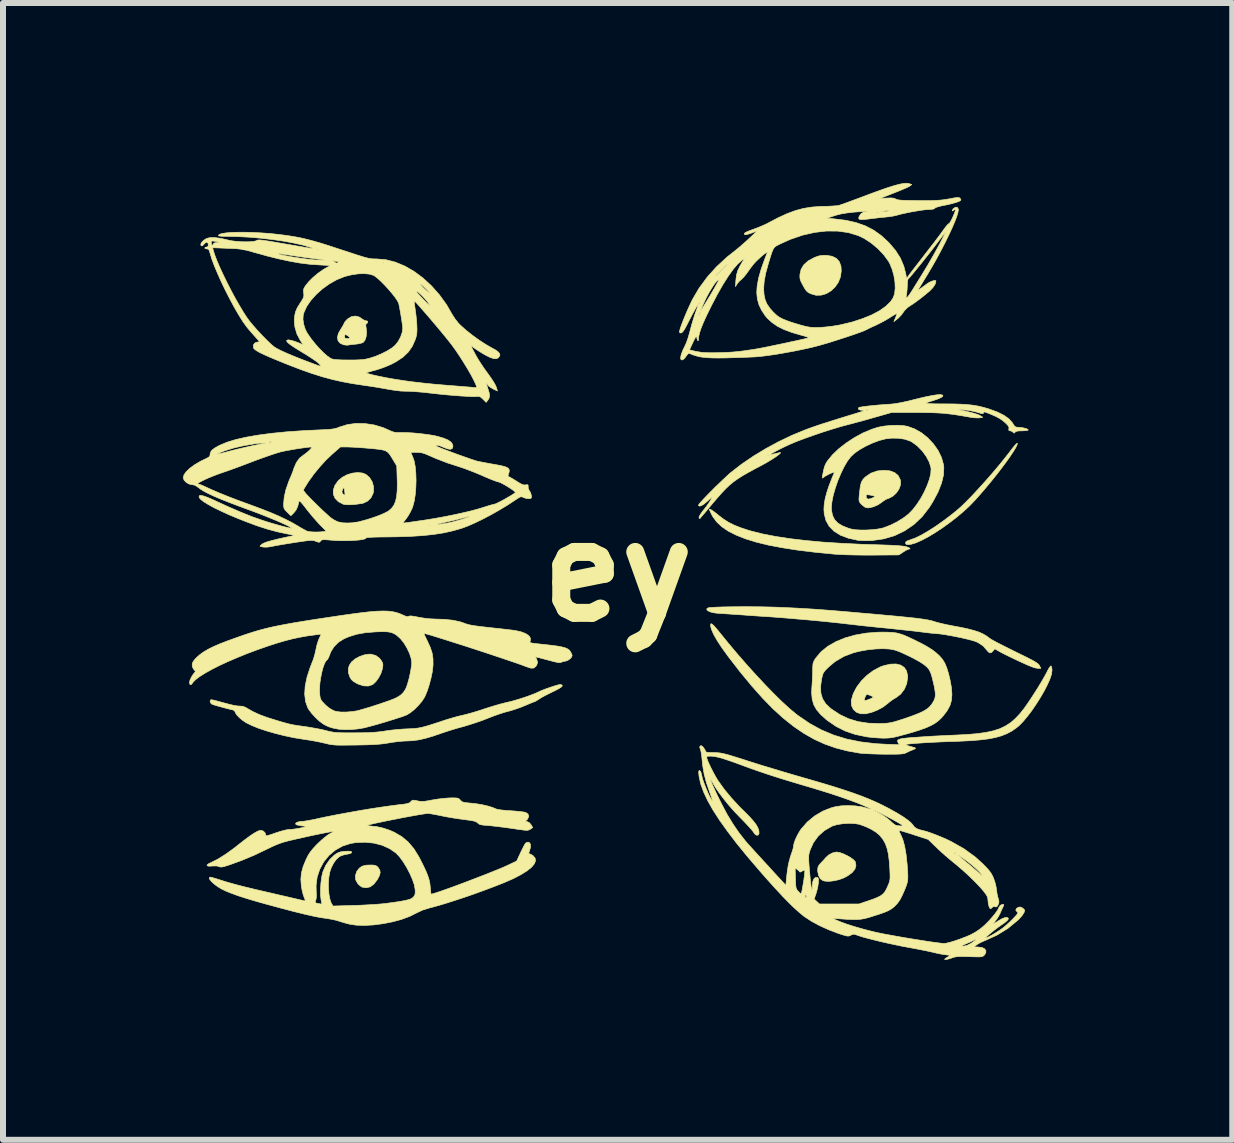
<source format=kicad_pcb>
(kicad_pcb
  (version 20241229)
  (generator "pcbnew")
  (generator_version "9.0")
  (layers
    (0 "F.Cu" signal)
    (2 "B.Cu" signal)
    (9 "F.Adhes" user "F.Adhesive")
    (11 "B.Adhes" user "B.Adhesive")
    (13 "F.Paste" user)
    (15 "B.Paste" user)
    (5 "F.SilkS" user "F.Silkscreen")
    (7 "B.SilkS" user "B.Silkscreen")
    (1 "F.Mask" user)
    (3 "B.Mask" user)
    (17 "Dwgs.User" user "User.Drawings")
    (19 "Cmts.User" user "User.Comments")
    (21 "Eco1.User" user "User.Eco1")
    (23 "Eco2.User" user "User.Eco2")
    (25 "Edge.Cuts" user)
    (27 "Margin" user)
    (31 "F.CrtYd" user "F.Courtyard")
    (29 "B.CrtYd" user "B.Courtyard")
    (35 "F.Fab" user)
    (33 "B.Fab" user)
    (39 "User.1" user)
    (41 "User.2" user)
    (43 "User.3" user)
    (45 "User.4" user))
  (footprint "ey"
    (layer "F.Cu")
    (at 7.251 6.479)
    (property "Reference" "ey" (at 0 0 0) (layer "F.SilkS") (effects (font (size 1.524 1.524) (thickness 0.3))))
    (attr through_hole)
    (fp_poly (pts (xy -4.078 4.894) (xy -4.043 4.9) (xy -4.019 4.912) (xy -3.997 4.933) (xy -3.996 4.935) (xy -3.969 4.977) (xy -3.962 5.02) (xy -3.976 5.072) (xy -4.011 5.139) (xy -4.012 5.14) (xy -4.068 5.212) (xy -4.129 5.257) (xy -4.196 5.273) (xy -4.265 5.261) (xy -4.267 5.26) (xy -4.297 5.24) (xy -4.331 5.208) (xy -4.338 5.2) (xy -4.371 5.139) (xy -4.376 5.072) (xy -4.354 5.004) (xy -4.349 4.995) (xy -4.309 4.944) (xy -4.261 4.912) (xy -4.198 4.896) (xy -4.134 4.893) (xy -4.078 4.894)) (stroke (width 0.01) (type solid)) (fill yes) (layer "F.SilkS"))
    (fp_poly (pts (xy -4.113 1.379) (xy -4.035 1.4) (xy -3.972 1.447) (xy -3.938 1.494) (xy -3.922 1.526) (xy -3.917 1.556) (xy -3.921 1.596) (xy -3.927 1.627) (xy -3.95 1.699) (xy -3.988 1.772) (xy -4.034 1.835) (xy -4.083 1.881) (xy -4.092 1.886) (xy -4.159 1.909) (xy -4.238 1.906) (xy -4.326 1.878) (xy -4.353 1.865) (xy -4.407 1.833) (xy -4.442 1.802) (xy -4.466 1.762) (xy -4.469 1.758) (xy -4.493 1.683) (xy -4.493 1.616) (xy -4.476 1.562) (xy -4.439 1.507) (xy -4.38 1.457) (xy -4.306 1.417) (xy -4.226 1.389) (xy -4.146 1.377) (xy -4.113 1.379)) (stroke (width 0.01) (type solid)) (fill yes) (layer "F.SilkS"))
    (fp_poly (pts (xy 3.48 -5.272) (xy 3.573 -5.256) (xy 3.644 -5.221) (xy 3.693 -5.166) (xy 3.72 -5.09) (xy 3.725 -5.013) (xy 3.712 -4.913) (xy 3.676 -4.822) (xy 3.622 -4.744) (xy 3.554 -4.68) (xy 3.476 -4.633) (xy 3.391 -4.608) (xy 3.304 -4.606) (xy 3.22 -4.63) (xy 3.183 -4.648) (xy 3.156 -4.667) (xy 3.133 -4.693) (xy 3.107 -4.734) (xy 3.078 -4.787) (xy 3.051 -4.84) (xy 3.037 -4.882) (xy 3.035 -4.925) (xy 3.036 -4.954) (xy 3.056 -5.041) (xy 3.102 -5.116) (xy 3.173 -5.179) (xy 3.272 -5.233) (xy 3.291 -5.241) (xy 3.356 -5.263) (xy 3.415 -5.272) (xy 3.48 -5.272)) (stroke (width 0.01) (type solid)) (fill yes) (layer "F.SilkS"))
    (fp_poly (pts (xy 3.696 4.684) (xy 3.756 4.705) (xy 3.82 4.735) (xy 3.88 4.769) (xy 3.928 4.804) (xy 3.957 4.835) (xy 3.959 4.84) (xy 3.97 4.902) (xy 3.952 4.963) (xy 3.905 5.02) (xy 3.829 5.075) (xy 3.765 5.109) (xy 3.691 5.136) (xy 3.61 5.155) (xy 3.53 5.165) (xy 3.461 5.163) (xy 3.421 5.154) (xy 3.376 5.122) (xy 3.346 5.067) (xy 3.332 4.997) (xy 3.332 4.984) (xy 3.335 4.937) (xy 3.349 4.902) (xy 3.38 4.865) (xy 3.386 4.859) (xy 3.423 4.82) (xy 3.455 4.784) (xy 3.465 4.771) (xy 3.515 4.726) (xy 3.577 4.692) (xy 3.639 4.677) (xy 3.648 4.677) (xy 3.696 4.684)) (stroke (width 0.01) (type solid)) (fill yes) (layer "F.SilkS"))
    (fp_poly (pts (xy -4.255 -1.642) (xy -4.198 -1.618) (xy -4.137 -1.564) (xy -4.094 -1.492) (xy -4.072 -1.41) (xy -4.074 -1.328) (xy -4.079 -1.307) (xy -4.115 -1.231) (xy -4.172 -1.174) (xy -4.247 -1.139) (xy -4.277 -1.133) (xy -4.388 -1.118) (xy -4.48 -1.113) (xy -4.548 -1.116) (xy -4.579 -1.123) (xy -4.66 -1.165) (xy -4.714 -1.22) (xy -4.743 -1.286) (xy -4.744 -1.332) (xy -4.601 -1.332) (xy -4.591 -1.299) (xy -4.576 -1.287) (xy -4.554 -1.276) (xy -4.548 -1.275) (xy -4.549 -1.29) (xy -4.553 -1.324) (xy -4.556 -1.345) (xy -4.562 -1.384) (xy -4.569 -1.398) (xy -4.577 -1.39) (xy -4.584 -1.379) (xy -4.601 -1.332) (xy -4.744 -1.332) (xy -4.744 -1.358) (xy -4.718 -1.435) (xy -4.664 -1.512) (xy -4.659 -1.517) (xy -4.592 -1.573) (xy -4.512 -1.615) (xy -4.424 -1.641) (xy -4.336 -1.651) (xy -4.255 -1.642)) (stroke (width 0.01) (type solid)) (fill yes) (layer "F.SilkS"))
    (fp_poly (pts (xy 4.716 1.56) (xy 4.775 1.599) (xy 4.814 1.658) (xy 4.831 1.736) (xy 4.832 1.762) (xy 4.817 1.867) (xy 4.777 1.962) (xy 4.716 2.043) (xy 4.636 2.104) (xy 4.624 2.11) (xy 4.577 2.139) (xy 4.526 2.177) (xy 4.503 2.197) (xy 4.422 2.259) (xy 4.325 2.311) (xy 4.23 2.348) (xy 4.13 2.372) (xy 4.045 2.371) (xy 3.977 2.345) (xy 3.926 2.298) (xy 3.896 2.234) (xy 3.891 2.16) (xy 3.893 2.146) (xy 3.896 2.136) (xy 4.109 2.136) (xy 4.115 2.149) (xy 4.135 2.149) (xy 4.175 2.136) (xy 4.198 2.127) (xy 4.235 2.111) (xy 4.256 2.097) (xy 4.258 2.093) (xy 4.246 2.083) (xy 4.217 2.069) (xy 4.183 2.056) (xy 4.156 2.049) (xy 4.147 2.049) (xy 4.132 2.073) (xy 4.117 2.106) (xy 4.109 2.133) (xy 4.109 2.136) (xy 3.896 2.136) (xy 3.925 2.036) (xy 3.982 1.927) (xy 4.06 1.823) (xy 4.155 1.729) (xy 4.262 1.65) (xy 4.376 1.59) (xy 4.434 1.569) (xy 4.544 1.544) (xy 4.639 1.541) (xy 4.716 1.56)) (stroke (width 0.01) (type solid)) (fill yes) (layer "F.SilkS"))
    (fp_poly (pts (xy 6.661 -2.139) (xy 6.656 -2.112) (xy 6.634 -2.066) (xy 6.596 -2.003) (xy 6.544 -1.925) (xy 6.481 -1.835) (xy 6.407 -1.736) (xy 6.326 -1.63) (xy 6.238 -1.52) (xy 6.146 -1.409) (xy 6.052 -1.299) (xy 5.958 -1.193) (xy 5.957 -1.192) (xy 5.865 -1.096) (xy 5.76 -0.999) (xy 5.646 -0.903) (xy 5.526 -0.811) (xy 5.405 -0.724) (xy 5.285 -0.645) (xy 5.17 -0.576) (xy 5.063 -0.52) (xy 4.968 -0.478) (xy 4.888 -0.454) (xy 4.84 -0.448) (xy 4.808 -0.453) (xy 4.796 -0.471) (xy 4.796 -0.477) (xy 4.803 -0.496) (xy 4.828 -0.512) (xy 4.877 -0.529) (xy 4.882 -0.531) (xy 4.967 -0.562) (xy 5.069 -0.613) (xy 5.184 -0.68) (xy 5.309 -0.761) (xy 5.44 -0.854) (xy 5.574 -0.956) (xy 5.653 -1.02) (xy 5.729 -1.087) (xy 5.819 -1.175) (xy 5.92 -1.279) (xy 6.028 -1.396) (xy 6.141 -1.521) (xy 6.255 -1.652) (xy 6.366 -1.784) (xy 6.471 -1.914) (xy 6.566 -2.037) (xy 6.57 -2.043) (xy 6.607 -2.089) (xy 6.637 -2.123) (xy 6.656 -2.139) (xy 6.661 -2.139)) (stroke (width 0.01) (type solid)) (fill yes) (layer "F.SilkS"))
    (fp_poly (pts (xy 4.536 -1.679) (xy 4.616 -1.649) (xy 4.673 -1.601) (xy 4.708 -1.533) (xy 4.714 -1.506) (xy 4.712 -1.441) (xy 4.687 -1.374) (xy 4.643 -1.31) (xy 4.586 -1.257) (xy 4.519 -1.221) (xy 4.498 -1.215) (xy 4.464 -1.2) (xy 4.422 -1.172) (xy 4.402 -1.156) (xy 4.337 -1.112) (xy 4.26 -1.079) (xy 4.187 -1.062) (xy 4.164 -1.061) (xy 4.119 -1.073) (xy 4.07 -1.112) (xy 4.068 -1.113) (xy 4.04 -1.144) (xy 4.025 -1.168) (xy 4.02 -1.199) (xy 4.023 -1.245) (xy 4.024 -1.259) (xy 4.139 -1.259) (xy 4.148 -1.221) (xy 4.175 -1.207) (xy 4.221 -1.217) (xy 4.226 -1.219) (xy 4.262 -1.235) (xy 4.284 -1.246) (xy 4.286 -1.248) (xy 4.281 -1.257) (xy 4.25 -1.266) (xy 4.195 -1.277) (xy 4.158 -1.281) (xy 4.142 -1.275) (xy 4.139 -1.259) (xy 4.024 -1.259) (xy 4.024 -1.259) (xy 4.034 -1.352) (xy 4.043 -1.421) (xy 4.055 -1.472) (xy 4.07 -1.509) (xy 4.091 -1.54) (xy 4.119 -1.569) (xy 4.126 -1.576) (xy 4.219 -1.64) (xy 4.325 -1.677) (xy 4.433 -1.688) (xy 4.536 -1.679)) (stroke (width 0.01) (type solid)) (fill yes) (layer "F.SilkS"))
    (fp_poly (pts (xy 1.564 -1.025) (xy 1.608 -0.994) (xy 1.663 -0.951) (xy 1.677 -0.939) (xy 1.76 -0.875) (xy 1.845 -0.821) (xy 1.937 -0.775) (xy 2.044 -0.732) (xy 2.171 -0.69) (xy 2.23 -0.673) (xy 2.413 -0.627) (xy 2.625 -0.586) (xy 2.863 -0.549) (xy 3.126 -0.518) (xy 3.413 -0.491) (xy 3.722 -0.471) (xy 4.053 -0.455) (xy 4.266 -0.448) (xy 4.427 -0.443) (xy 4.56 -0.438) (xy 4.666 -0.432) (xy 4.744 -0.425) (xy 4.793 -0.418) (xy 4.8 -0.416) (xy 4.843 -0.402) (xy 4.867 -0.388) (xy 4.871 -0.377) (xy 4.851 -0.374) (xy 4.828 -0.366) (xy 4.791 -0.346) (xy 4.758 -0.325) (xy 4.685 -0.277) (xy 4.259 -0.274) (xy 4.094 -0.274) (xy 3.936 -0.276) (xy 3.793 -0.28) (xy 3.669 -0.286) (xy 3.597 -0.291) (xy 3.283 -0.322) (xy 2.997 -0.357) (xy 2.74 -0.397) (xy 2.509 -0.441) (xy 2.305 -0.491) (xy 2.127 -0.546) (xy 1.973 -0.607) (xy 1.842 -0.673) (xy 1.735 -0.746) (xy 1.65 -0.825) (xy 1.586 -0.911) (xy 1.568 -0.943) (xy 1.545 -0.989) (xy 1.53 -1.023) (xy 1.524 -1.039) (xy 1.535 -1.04) (xy 1.564 -1.025)) (stroke (width 0.01) (type solid)) (fill yes) (layer "F.SilkS"))
    (fp_poly (pts (xy -4.308 -4.242) (xy -4.272 -4.217) (xy -4.235 -4.193) (xy -4.203 -4.181) (xy -4.196 -4.181) (xy -4.174 -4.175) (xy -4.169 -4.156) (xy -4.183 -4.137) (xy -4.189 -4.134) (xy -4.2 -4.123) (xy -4.202 -4.099) (xy -4.195 -4.053) (xy -4.195 -4.05) (xy -4.189 -3.981) (xy -4.197 -3.913) (xy -4.216 -3.857) (xy -4.246 -3.82) (xy -4.249 -3.818) (xy -4.28 -3.807) (xy -4.33 -3.796) (xy -4.378 -3.79) (xy -4.432 -3.785) (xy -4.476 -3.779) (xy -4.497 -3.775) (xy -4.526 -3.774) (xy -4.567 -3.78) (xy -4.572 -3.78) (xy -4.63 -3.806) (xy -4.665 -3.848) (xy -4.675 -3.902) (xy -4.672 -3.914) (xy -4.557 -3.914) (xy -4.55 -3.892) (xy -4.522 -3.885) (xy -4.512 -3.885) (xy -4.481 -3.887) (xy -4.467 -3.893) (xy -4.467 -3.894) (xy -4.478 -3.91) (xy -4.503 -3.931) (xy -4.529 -3.947) (xy -4.546 -3.95) (xy -4.555 -3.931) (xy -4.557 -3.914) (xy -4.672 -3.914) (xy -4.661 -3.966) (xy -4.626 -4.029) (xy -4.597 -4.075) (xy -4.574 -4.115) (xy -4.566 -4.134) (xy -4.549 -4.164) (xy -4.517 -4.2) (xy -4.504 -4.212) (xy -4.441 -4.25) (xy -4.374 -4.26) (xy -4.308 -4.242)) (stroke (width 0.01) (type solid)) (fill yes) (layer "F.SilkS"))
    (fp_poly (pts (xy 4.765 -2.432) (xy 4.826 -2.422) (xy 4.946 -2.379) (xy 5.061 -2.314) (xy 5.167 -2.229) (xy 5.261 -2.129) (xy 5.339 -2.019) (xy 5.396 -1.902) (xy 5.429 -1.784) (xy 5.435 -1.737) (xy 5.43 -1.612) (xy 5.397 -1.474) (xy 5.338 -1.324) (xy 5.251 -1.162) (xy 5.191 -1.066) (xy 5.073 -0.914) (xy 4.937 -0.785) (xy 4.784 -0.68) (xy 4.616 -0.599) (xy 4.435 -0.545) (xy 4.244 -0.518) (xy 4.214 -0.516) (xy 4.142 -0.515) (xy 4.07 -0.516) (xy 4.013 -0.52) (xy 3.997 -0.522) (xy 3.84 -0.557) (xy 3.709 -0.607) (xy 3.604 -0.673) (xy 3.524 -0.754) (xy 3.47 -0.85) (xy 3.441 -0.962) (xy 3.436 -1.037) (xy 3.438 -1.072) (xy 3.56 -1.072) (xy 3.562 -1.021) (xy 3.58 -0.935) (xy 3.614 -0.865) (xy 3.668 -0.808) (xy 3.744 -0.762) (xy 3.845 -0.722) (xy 3.889 -0.709) (xy 3.956 -0.697) (xy 4.043 -0.692) (xy 4.142 -0.692) (xy 4.243 -0.698) (xy 4.337 -0.709) (xy 4.416 -0.725) (xy 4.435 -0.731) (xy 4.547 -0.774) (xy 4.659 -0.83) (xy 4.762 -0.894) (xy 4.845 -0.957) (xy 4.917 -1.031) (xy 4.987 -1.122) (xy 5.053 -1.223) (xy 5.111 -1.331) (xy 5.159 -1.439) (xy 5.196 -1.542) (xy 5.218 -1.636) (xy 5.222 -1.714) (xy 5.22 -1.733) (xy 5.192 -1.825) (xy 5.141 -1.921) (xy 5.074 -2.012) (xy 4.994 -2.093) (xy 4.909 -2.156) (xy 4.872 -2.176) (xy 4.785 -2.206) (xy 4.681 -2.222) (xy 4.57 -2.224) (xy 4.464 -2.212) (xy 4.359 -2.185) (xy 4.247 -2.143) (xy 4.136 -2.092) (xy 4.034 -2.034) (xy 3.947 -1.974) (xy 3.884 -1.915) (xy 3.827 -1.84) (xy 3.771 -1.744) (xy 3.718 -1.634) (xy 3.668 -1.515) (xy 3.626 -1.393) (xy 3.592 -1.275) (xy 3.57 -1.166) (xy 3.56 -1.072) (xy 3.438 -1.072) (xy 3.441 -1.122) (xy 3.456 -1.212) (xy 3.482 -1.312) (xy 3.52 -1.427) (xy 3.572 -1.561) (xy 3.61 -1.653) (xy 3.603 -1.656) (xy 3.577 -1.648) (xy 3.539 -1.633) (xy 3.498 -1.612) (xy 3.459 -1.591) (xy 3.432 -1.571) (xy 3.431 -1.571) (xy 3.414 -1.558) (xy 3.408 -1.562) (xy 3.411 -1.59) (xy 3.414 -1.606) (xy 3.429 -1.683) (xy 3.443 -1.739) (xy 3.459 -1.782) (xy 3.48 -1.821) (xy 3.497 -1.847) (xy 3.58 -1.948) (xy 3.686 -2.049) (xy 3.81 -2.145) (xy 3.946 -2.234) (xy 4.088 -2.311) (xy 4.231 -2.371) (xy 4.34 -2.406) (xy 4.44 -2.425) (xy 4.551 -2.436) (xy 4.663 -2.439) (xy 4.765 -2.432)) (stroke (width 0.01) (type solid)) (fill yes) (layer "F.SilkS"))
    (fp_poly (pts (xy 2.254 0.587) (xy 2.386 0.588) (xy 2.514 0.591) (xy 2.634 0.594) (xy 2.682 0.596) (xy 2.796 0.601) (xy 2.901 0.606) (xy 3.002 0.611) (xy 3.102 0.617) (xy 3.204 0.623) (xy 3.312 0.63) (xy 3.429 0.639) (xy 3.558 0.649) (xy 3.704 0.661) (xy 3.869 0.675) (xy 4.057 0.692) (xy 4.258 0.709) (xy 4.452 0.727) (xy 4.619 0.742) (xy 4.761 0.756) (xy 4.88 0.768) (xy 4.98 0.779) (xy 5.062 0.79) (xy 5.13 0.8) (xy 5.185 0.81) (xy 5.23 0.82) (xy 5.267 0.831) (xy 5.284 0.837) (xy 5.333 0.851) (xy 5.402 0.868) (xy 5.483 0.886) (xy 5.566 0.902) (xy 5.573 0.904) (xy 5.719 0.931) (xy 5.84 0.957) (xy 5.938 0.983) (xy 6.019 1.009) (xy 6.086 1.039) (xy 6.143 1.072) (xy 6.195 1.11) (xy 6.197 1.112) (xy 6.222 1.129) (xy 6.27 1.156) (xy 6.337 1.192) (xy 6.42 1.234) (xy 6.513 1.281) (xy 6.614 1.331) (xy 6.624 1.336) (xy 6.738 1.392) (xy 6.828 1.436) (xy 6.897 1.472) (xy 6.948 1.5) (xy 6.984 1.523) (xy 7.008 1.541) (xy 7.023 1.557) (xy 7.029 1.567) (xy 7.053 1.614) (xy 6.997 1.613) (xy 6.959 1.607) (xy 6.901 1.588) (xy 6.822 1.555) (xy 6.718 1.508) (xy 6.691 1.496) (xy 6.605 1.455) (xy 6.522 1.415) (xy 6.449 1.379) (xy 6.392 1.35) (xy 6.362 1.333) (xy 6.283 1.289) (xy 6.256 1.324) (xy 6.224 1.354) (xy 6.194 1.354) (xy 6.163 1.325) (xy 6.16 1.32) (xy 6.089 1.239) (xy 5.999 1.181) (xy 5.964 1.166) (xy 5.91 1.149) (xy 5.834 1.129) (xy 5.743 1.108) (xy 5.644 1.087) (xy 5.545 1.068) (xy 5.453 1.052) (xy 5.376 1.041) (xy 5.334 1.037) (xy 5.277 1.032) (xy 5.202 1.025) (xy 5.12 1.015) (xy 5.073 1.009) (xy 5.015 1.002) (xy 4.933 0.992) (xy 4.832 0.981) (xy 4.718 0.969) (xy 4.596 0.956) (xy 4.473 0.943) (xy 4.452 0.941) (xy 4.329 0.929) (xy 4.206 0.916) (xy 4.089 0.904) (xy 3.984 0.892) (xy 3.897 0.882) (xy 3.833 0.875) (xy 3.825 0.874) (xy 3.725 0.862) (xy 3.602 0.849) (xy 3.459 0.834) (xy 3.304 0.819) (xy 3.141 0.804) (xy 2.976 0.79) (xy 2.815 0.776) (xy 2.664 0.764) (xy 2.54 0.755) (xy 2.367 0.744) (xy 2.221 0.734) (xy 2.1 0.725) (xy 1.999 0.718) (xy 1.918 0.713) (xy 1.853 0.708) (xy 1.801 0.705) (xy 1.759 0.702) (xy 1.725 0.7) (xy 1.696 0.698) (xy 1.672 0.697) (xy 1.606 0.689) (xy 1.55 0.676) (xy 1.508 0.658) (xy 1.485 0.639) (xy 1.483 0.621) (xy 1.504 0.606) (xy 1.533 0.601) (xy 1.588 0.597) (xy 1.665 0.593) (xy 1.761 0.59) (xy 1.871 0.588) (xy 1.993 0.587) (xy 2.121 0.586) (xy 2.254 0.587)) (stroke (width 0.01) (type solid)) (fill yes) (layer "F.SilkS"))
    (fp_poly (pts (xy 4.499 1.011) (xy 4.575 1.015) (xy 4.641 1.023) (xy 4.704 1.039) (xy 4.772 1.062) (xy 4.849 1.096) (xy 4.944 1.141) (xy 4.992 1.165) (xy 5.097 1.218) (xy 5.179 1.265) (xy 5.246 1.308) (xy 5.303 1.352) (xy 5.357 1.401) (xy 5.363 1.407) (xy 5.411 1.462) (xy 5.451 1.526) (xy 5.484 1.605) (xy 5.514 1.703) (xy 5.538 1.804) (xy 5.562 1.937) (xy 5.57 2.051) (xy 5.562 2.149) (xy 5.536 2.237) (xy 5.49 2.321) (xy 5.424 2.407) (xy 5.398 2.437) (xy 5.348 2.485) (xy 5.292 2.527) (xy 5.225 2.565) (xy 5.144 2.602) (xy 5.043 2.639) (xy 4.92 2.678) (xy 4.833 2.703) (xy 4.734 2.73) (xy 4.658 2.75) (xy 4.598 2.764) (xy 4.547 2.772) (xy 4.5 2.776) (xy 4.45 2.778) (xy 4.422 2.778) (xy 4.338 2.774) (xy 4.244 2.767) (xy 4.159 2.757) (xy 4.146 2.755) (xy 3.958 2.716) (xy 3.791 2.659) (xy 3.638 2.582) (xy 3.494 2.483) (xy 3.475 2.468) (xy 3.381 2.383) (xy 3.312 2.302) (xy 3.266 2.219) (xy 3.24 2.127) (xy 3.231 2.021) (xy 3.235 1.928) (xy 3.236 1.919) (xy 3.38 1.919) (xy 3.385 2.027) (xy 3.413 2.121) (xy 3.466 2.205) (xy 3.545 2.28) (xy 3.562 2.293) (xy 3.703 2.386) (xy 3.85 2.455) (xy 4.005 2.502) (xy 4.175 2.528) (xy 4.363 2.534) (xy 4.393 2.533) (xy 4.452 2.531) (xy 4.503 2.527) (xy 4.551 2.519) (xy 4.604 2.507) (xy 4.667 2.488) (xy 4.749 2.462) (xy 4.8 2.445) (xy 4.919 2.403) (xy 5.014 2.366) (xy 5.088 2.332) (xy 5.146 2.298) (xy 5.19 2.263) (xy 5.226 2.222) (xy 5.247 2.192) (xy 5.272 2.148) (xy 5.288 2.106) (xy 5.294 2.058) (xy 5.29 2.001) (xy 5.278 1.926) (xy 5.256 1.83) (xy 5.255 1.828) (xy 5.234 1.743) (xy 5.213 1.681) (xy 5.189 1.634) (xy 5.158 1.597) (xy 5.117 1.561) (xy 5.098 1.547) (xy 5.044 1.511) (xy 4.971 1.47) (xy 4.886 1.425) (xy 4.798 1.383) (xy 4.715 1.345) (xy 4.645 1.318) (xy 4.618 1.309) (xy 4.529 1.292) (xy 4.419 1.286) (xy 4.294 1.291) (xy 4.162 1.305) (xy 4.029 1.329) (xy 3.93 1.354) (xy 3.77 1.414) (xy 3.626 1.498) (xy 3.527 1.58) (xy 3.478 1.627) (xy 3.446 1.662) (xy 3.425 1.694) (xy 3.412 1.729) (xy 3.401 1.777) (xy 3.397 1.793) (xy 3.38 1.919) (xy 3.236 1.919) (xy 3.241 1.844) (xy 3.245 1.753) (xy 3.248 1.672) (xy 3.248 1.644) (xy 3.25 1.58) (xy 3.254 1.536) (xy 3.265 1.502) (xy 3.284 1.467) (xy 3.304 1.438) (xy 3.39 1.336) (xy 3.502 1.246) (xy 3.636 1.169) (xy 3.79 1.106) (xy 3.961 1.058) (xy 4.145 1.026) (xy 4.34 1.011) (xy 4.408 1.01) (xy 4.499 1.011)) (stroke (width 0.01) (type solid)) (fill yes) (layer "F.SilkS"))
    (fp_poly (pts (xy 1.575 0.879) (xy 1.609 0.912) (xy 1.659 0.97) (xy 1.681 0.997) (xy 1.838 1.19) (xy 1.996 1.378) (xy 2.154 1.559) (xy 2.309 1.73) (xy 2.458 1.89) (xy 2.6 2.036) (xy 2.732 2.166) (xy 2.853 2.277) (xy 2.96 2.367) (xy 3.005 2.402) (xy 3.198 2.533) (xy 3.395 2.641) (xy 3.6 2.727) (xy 3.816 2.793) (xy 4.048 2.84) (xy 4.299 2.87) (xy 4.465 2.879) (xy 4.695 2.888) (xy 4.675 2.856) (xy 4.664 2.835) (xy 4.663 2.818) (xy 4.675 2.805) (xy 4.701 2.794) (xy 4.746 2.784) (xy 4.813 2.776) (xy 4.902 2.768) (xy 5.019 2.76) (xy 5.035 2.759) (xy 5.153 2.751) (xy 5.281 2.743) (xy 5.408 2.737) (xy 5.525 2.731) (xy 5.622 2.727) (xy 5.625 2.727) (xy 5.82 2.717) (xy 5.988 2.703) (xy 6.133 2.683) (xy 6.259 2.656) (xy 6.368 2.621) (xy 6.463 2.575) (xy 6.55 2.519) (xy 6.629 2.45) (xy 6.706 2.368) (xy 6.776 2.28) (xy 6.824 2.212) (xy 6.881 2.128) (xy 6.942 2.034) (xy 7.003 1.938) (xy 7.06 1.844) (xy 7.109 1.759) (xy 7.147 1.69) (xy 7.158 1.667) (xy 7.183 1.62) (xy 7.206 1.587) (xy 7.221 1.573) (xy 7.222 1.573) (xy 7.232 1.591) (xy 7.238 1.628) (xy 7.238 1.655) (xy 7.229 1.717) (xy 7.202 1.797) (xy 7.16 1.891) (xy 7.107 1.994) (xy 7.044 2.102) (xy 6.975 2.211) (xy 6.903 2.317) (xy 6.829 2.414) (xy 6.757 2.5) (xy 6.689 2.57) (xy 6.648 2.604) (xy 6.572 2.657) (xy 6.49 2.701) (xy 6.399 2.738) (xy 6.297 2.767) (xy 6.179 2.79) (xy 6.042 2.807) (xy 5.884 2.82) (xy 5.699 2.829) (xy 5.648 2.831) (xy 5.521 2.835) (xy 5.394 2.84) (xy 5.271 2.846) (xy 5.155 2.852) (xy 5.049 2.859) (xy 4.958 2.865) (xy 4.885 2.872) (xy 4.833 2.877) (xy 4.806 2.882) (xy 4.803 2.884) (xy 4.812 2.894) (xy 4.843 2.906) (xy 4.867 2.913) (xy 4.925 2.929) (xy 4.956 2.939) (xy 4.963 2.949) (xy 4.948 2.959) (xy 4.916 2.973) (xy 4.864 2.994) (xy 4.816 3.017) (xy 4.804 3.023) (xy 4.784 3.032) (xy 4.757 3.038) (xy 4.718 3.042) (xy 4.664 3.045) (xy 4.591 3.046) (xy 4.493 3.046) (xy 4.452 3.046) (xy 4.35 3.044) (xy 4.247 3.041) (xy 4.153 3.037) (xy 4.074 3.032) (xy 4.018 3.026) (xy 4.018 3.025) (xy 3.821 2.99) (xy 3.633 2.941) (xy 3.451 2.877) (xy 3.275 2.797) (xy 3.103 2.699) (xy 2.932 2.583) (xy 2.761 2.447) (xy 2.588 2.29) (xy 2.412 2.11) (xy 2.231 1.906) (xy 2.042 1.677) (xy 1.844 1.422) (xy 1.831 1.404) (xy 1.735 1.271) (xy 1.657 1.152) (xy 1.599 1.051) (xy 1.562 0.967) (xy 1.548 0.915) (xy 1.546 0.881) (xy 1.554 0.869) (xy 1.575 0.879)) (stroke (width 0.01) (type solid)) (fill yes) (layer "F.SilkS"))
    (fp_poly (pts (xy -0.932 1.892) (xy -0.926 1.906) (xy -0.94 1.924) (xy -0.981 1.951) (xy -1.047 1.986) (xy -1.087 2.005) (xy -1.158 2.04) (xy -1.225 2.074) (xy -1.28 2.105) (xy -1.31 2.124) (xy -1.347 2.148) (xy -1.373 2.164) (xy -1.38 2.166) (xy -1.396 2.172) (xy -1.434 2.187) (xy -1.488 2.209) (xy -1.546 2.234) (xy -1.626 2.266) (xy -1.712 2.296) (xy -1.791 2.321) (xy -1.83 2.331) (xy -1.893 2.348) (xy -1.973 2.374) (xy -2.061 2.405) (xy -2.147 2.438) (xy -2.16 2.443) (xy -2.257 2.481) (xy -2.369 2.52) (xy -2.481 2.556) (xy -2.574 2.584) (xy -2.667 2.609) (xy -2.764 2.638) (xy -2.856 2.667) (xy -2.932 2.693) (xy -2.937 2.694) (xy -3.085 2.745) (xy -3.212 2.782) (xy -3.323 2.807) (xy -3.422 2.82) (xy -3.504 2.824) (xy -3.577 2.827) (xy -3.666 2.835) (xy -3.758 2.847) (xy -3.81 2.856) (xy -3.874 2.866) (xy -3.94 2.875) (xy -4.012 2.881) (xy -4.096 2.886) (xy -4.197 2.89) (xy -4.321 2.892) (xy -4.363 2.893) (xy -4.481 2.894) (xy -4.574 2.895) (xy -4.646 2.895) (xy -4.703 2.893) (xy -4.75 2.889) (xy -4.791 2.884) (xy -4.83 2.876) (xy -4.874 2.865) (xy -4.887 2.862) (xy -4.958 2.846) (xy -5.047 2.828) (xy -5.144 2.811) (xy -5.238 2.797) (xy -5.245 2.796) (xy -5.399 2.771) (xy -5.555 2.738) (xy -5.709 2.7) (xy -5.854 2.658) (xy -5.987 2.614) (xy -6.101 2.568) (xy -6.192 2.523) (xy -6.208 2.514) (xy -6.263 2.476) (xy -6.313 2.433) (xy -6.352 2.392) (xy -6.376 2.357) (xy -6.38 2.343) (xy -6.394 2.319) (xy -6.421 2.307) (xy -6.508 2.286) (xy -6.591 2.264) (xy -6.664 2.244) (xy -6.723 2.227) (xy -6.761 2.214) (xy -6.77 2.21) (xy -6.791 2.189) (xy -6.798 2.162) (xy -6.79 2.141) (xy -6.776 2.137) (xy -6.754 2.141) (xy -6.709 2.151) (xy -6.648 2.168) (xy -6.576 2.188) (xy -6.563 2.191) (xy -6.473 2.215) (xy -6.395 2.233) (xy -6.335 2.242) (xy -6.308 2.243) (xy -6.257 2.246) (xy -6.208 2.264) (xy -6.173 2.285) (xy -6.081 2.337) (xy -5.974 2.386) (xy -5.847 2.433) (xy -5.707 2.477) (xy -5.617 2.504) (xy -5.549 2.523) (xy -5.495 2.538) (xy -5.448 2.549) (xy -5.401 2.558) (xy -5.346 2.567) (xy -5.277 2.577) (xy -5.214 2.585) (xy -5.122 2.6) (xy -5.027 2.617) (xy -4.939 2.634) (xy -4.868 2.651) (xy -4.861 2.653) (xy -4.814 2.665) (xy -4.77 2.674) (xy -4.726 2.681) (xy -4.676 2.685) (xy -4.613 2.688) (xy -4.533 2.689) (xy -4.43 2.689) (xy -4.398 2.689) (xy -4.27 2.688) (xy -4.164 2.686) (xy -4.074 2.681) (xy -3.993 2.674) (xy -3.913 2.664) (xy -3.877 2.658) (xy -3.783 2.645) (xy -3.679 2.634) (xy -3.578 2.626) (xy -3.511 2.623) (xy -3.441 2.62) (xy -3.379 2.616) (xy -3.319 2.608) (xy -3.257 2.595) (xy -3.187 2.576) (xy -3.102 2.55) (xy -2.997 2.516) (xy -2.943 2.498) (xy -2.855 2.469) (xy -2.764 2.442) (xy -2.681 2.418) (xy -2.613 2.402) (xy -2.6 2.399) (xy -2.541 2.385) (xy -2.462 2.364) (xy -2.371 2.337) (xy -2.278 2.308) (xy -2.234 2.293) (xy -2.141 2.263) (xy -2.045 2.234) (xy -1.955 2.208) (xy -1.88 2.189) (xy -1.853 2.183) (xy -1.769 2.163) (xy -1.672 2.135) (xy -1.57 2.103) (xy -1.471 2.068) (xy -1.384 2.035) (xy -1.322 2.007) (xy -1.277 1.986) (xy -1.216 1.962) (xy -1.148 1.938) (xy -1.081 1.915) (xy -1.021 1.897) (xy -0.976 1.885) (xy -0.958 1.883) (xy -0.932 1.892)) (stroke (width 0.01) (type solid)) (fill yes) (layer "F.SilkS"))
    (fp_poly (pts (xy 5.412 -2.943) (xy 5.418 -2.94) (xy 5.418 -2.923) (xy 5.391 -2.902) (xy 5.341 -2.879) (xy 5.271 -2.855) (xy 5.267 -2.853) (xy 5.209 -2.836) (xy 5.169 -2.823) (xy 5.149 -2.813) (xy 5.149 -2.805) (xy 5.172 -2.801) (xy 5.22 -2.798) (xy 5.293 -2.796) (xy 5.394 -2.795) (xy 5.455 -2.795) (xy 5.603 -2.794) (xy 5.727 -2.79) (xy 5.833 -2.783) (xy 5.925 -2.773) (xy 6.01 -2.758) (xy 6.093 -2.738) (xy 6.181 -2.713) (xy 6.188 -2.71) (xy 6.326 -2.66) (xy 6.437 -2.605) (xy 6.521 -2.545) (xy 6.58 -2.478) (xy 6.597 -2.449) (xy 6.619 -2.419) (xy 6.648 -2.407) (xy 6.675 -2.405) (xy 6.725 -2.402) (xy 6.775 -2.392) (xy 6.817 -2.38) (xy 6.84 -2.366) (xy 6.843 -2.36) (xy 6.829 -2.353) (xy 6.793 -2.348) (xy 6.743 -2.346) (xy 6.739 -2.346) (xy 6.679 -2.344) (xy 6.643 -2.337) (xy 6.624 -2.325) (xy 6.622 -2.322) (xy 6.61 -2.307) (xy 6.596 -2.316) (xy 6.59 -2.322) (xy 6.56 -2.342) (xy 6.541 -2.346) (xy 6.52 -2.351) (xy 6.518 -2.374) (xy 6.52 -2.381) (xy 6.521 -2.406) (xy 6.506 -2.433) (xy 6.473 -2.468) (xy 6.463 -2.477) (xy 6.416 -2.518) (xy 6.365 -2.552) (xy 6.304 -2.585) (xy 6.224 -2.62) (xy 6.189 -2.634) (xy 6.138 -2.654) (xy 6.109 -2.661) (xy 6.097 -2.657) (xy 6.096 -2.651) (xy 6.094 -2.638) (xy 6.086 -2.632) (xy 6.065 -2.634) (xy 6.025 -2.645) (xy 5.984 -2.658) (xy 5.922 -2.673) (xy 5.847 -2.687) (xy 5.775 -2.695) (xy 5.775 -2.695) (xy 5.655 -2.704) (xy 5.821 -2.668) (xy 5.893 -2.651) (xy 5.959 -2.632) (xy 6.011 -2.614) (xy 6.036 -2.602) (xy 6.085 -2.572) (xy 6.034 -2.562) (xy 5.995 -2.561) (xy 5.938 -2.564) (xy 5.873 -2.573) (xy 5.856 -2.576) (xy 5.725 -2.599) (xy 5.611 -2.617) (xy 5.507 -2.63) (xy 5.405 -2.64) (xy 5.298 -2.646) (xy 5.179 -2.65) (xy 5.041 -2.651) (xy 4.968 -2.652) (xy 4.565 -2.652) (xy 4.296 -2.575) (xy 4.193 -2.546) (xy 4.085 -2.515) (xy 3.979 -2.487) (xy 3.887 -2.462) (xy 3.84 -2.45) (xy 3.72 -2.418) (xy 3.58 -2.376) (xy 3.43 -2.329) (xy 3.278 -2.277) (xy 3.132 -2.226) (xy 2.999 -2.176) (xy 2.938 -2.151) (xy 2.877 -2.125) (xy 2.811 -2.095) (xy 2.744 -2.063) (xy 2.68 -2.031) (xy 2.624 -2.001) (xy 2.578 -1.976) (xy 2.548 -1.958) (xy 2.538 -1.948) (xy 2.547 -1.948) (xy 2.584 -1.957) (xy 2.622 -1.965) (xy 2.665 -1.975) (xy 2.697 -1.983) (xy 2.713 -1.983) (xy 2.707 -1.971) (xy 2.682 -1.949) (xy 2.641 -1.918) (xy 2.587 -1.882) (xy 2.524 -1.843) (xy 2.456 -1.803) (xy 2.41 -1.778) (xy 2.277 -1.708) (xy 2.167 -1.647) (xy 2.074 -1.594) (xy 1.995 -1.543) (xy 1.925 -1.493) (xy 1.86 -1.439) (xy 1.796 -1.378) (xy 1.729 -1.307) (xy 1.654 -1.222) (xy 1.567 -1.12) (xy 1.495 -1.033) (xy 1.448 -0.977) (xy 1.408 -0.931) (xy 1.38 -0.897) (xy 1.367 -0.882) (xy 1.366 -0.882) (xy 1.356 -0.89) (xy 1.355 -0.891) (xy 1.354 -0.913) (xy 1.376 -0.953) (xy 1.419 -1.013) (xy 1.434 -1.031) (xy 1.47 -1.077) (xy 1.506 -1.127) (xy 1.538 -1.175) (xy 1.56 -1.213) (xy 1.569 -1.234) (xy 1.569 -1.235) (xy 1.559 -1.23) (xy 1.533 -1.209) (xy 1.496 -1.175) (xy 1.488 -1.168) (xy 1.438 -1.126) (xy 1.395 -1.099) (xy 1.363 -1.09) (xy 1.346 -1.099) (xy 1.345 -1.108) (xy 1.355 -1.125) (xy 1.384 -1.159) (xy 1.428 -1.207) (xy 1.483 -1.265) (xy 1.547 -1.33) (xy 1.615 -1.399) (xy 1.686 -1.467) (xy 1.754 -1.532) (xy 1.817 -1.591) (xy 1.871 -1.64) (xy 1.887 -1.653) (xy 2.059 -1.787) (xy 2.254 -1.92) (xy 2.279 -1.935) (xy 2.495 -1.935) (xy 2.503 -1.927) (xy 2.51 -1.935) (xy 2.503 -1.942) (xy 2.495 -1.935) (xy 2.279 -1.935) (xy 2.465 -2.048) (xy 2.685 -2.167) (xy 2.907 -2.273) (xy 3.124 -2.362) (xy 3.153 -2.373) (xy 3.211 -2.394) (xy 3.27 -2.415) (xy 3.334 -2.437) (xy 3.406 -2.461) (xy 3.49 -2.487) (xy 3.589 -2.519) (xy 3.705 -2.555) (xy 3.844 -2.598) (xy 4.008 -2.648) (xy 4.012 -2.65) (xy 4.068 -2.667) (xy 4.097 -2.678) (xy 4.104 -2.685) (xy 4.089 -2.687) (xy 4.076 -2.688) (xy 4.034 -2.694) (xy 4.025 -2.699) (xy 4.144 -2.699) (xy 4.146 -2.69) (xy 4.154 -2.689) (xy 4.166 -2.695) (xy 4.164 -2.699) (xy 4.146 -2.701) (xy 4.144 -2.699) (xy 4.025 -2.699) (xy 4.01 -2.708) (xy 4.009 -2.725) (xy 4.019 -2.734) (xy 4.043 -2.741) (xy 4.092 -2.749) (xy 4.162 -2.758) (xy 4.246 -2.767) (xy 4.341 -2.776) (xy 4.442 -2.784) (xy 4.505 -2.788) (xy 4.581 -2.794) (xy 4.66 -2.805) (xy 4.748 -2.822) (xy 4.853 -2.845) (xy 4.96 -2.872) (xy 5.104 -2.907) (xy 5.221 -2.931) (xy 5.312 -2.946) (xy 5.376 -2.95) (xy 5.412 -2.943)) (stroke (width 0.01) (type solid)) (fill yes) (layer "F.SilkS"))
    (fp_poly (pts (xy -3.831 0.66) (xy -3.758 0.669) (xy -3.693 0.683) (xy -3.634 0.703) (xy -3.58 0.727) (xy -3.532 0.747) (xy -3.502 0.752) (xy -3.488 0.746) (xy -3.468 0.74) (xy -3.431 0.742) (xy -3.371 0.752) (xy -3.326 0.761) (xy -3.232 0.777) (xy -3.133 0.788) (xy -3.052 0.792) (xy -2.89 0.797) (xy -2.75 0.812) (xy -2.633 0.837) (xy -2.567 0.859) (xy -2.53 0.873) (xy -2.488 0.885) (xy -2.437 0.896) (xy -2.372 0.906) (xy -2.289 0.917) (xy -2.182 0.929) (xy -2.131 0.935) (xy -2.027 0.946) (xy -1.928 0.957) (xy -1.839 0.967) (xy -1.766 0.976) (xy -1.715 0.983) (xy -1.702 0.985) (xy -1.61 1.006) (xy -1.537 1.034) (xy -1.485 1.069) (xy -1.458 1.108) (xy -1.457 1.149) (xy -1.462 1.161) (xy -1.467 1.172) (xy -1.464 1.181) (xy -1.451 1.188) (xy -1.423 1.194) (xy -1.376 1.2) (xy -1.307 1.208) (xy -1.228 1.216) (xy -1.105 1.23) (xy -1.007 1.243) (xy -0.933 1.257) (xy -0.877 1.272) (xy -0.837 1.29) (xy -0.809 1.311) (xy -0.791 1.334) (xy -0.772 1.371) (xy -0.762 1.398) (xy -0.762 1.401) (xy -0.774 1.431) (xy -0.804 1.461) (xy -0.842 1.485) (xy -0.874 1.494) (xy -0.915 1.501) (xy -0.94 1.512) (xy -0.959 1.518) (xy -0.987 1.518) (xy -1.032 1.51) (xy -1.097 1.494) (xy -1.123 1.487) (xy -1.192 1.469) (xy -1.256 1.452) (xy -1.305 1.439) (xy -1.326 1.434) (xy -1.374 1.423) (xy -1.352 1.465) (xy -1.338 1.514) (xy -1.352 1.56) (xy -1.372 1.587) (xy -1.406 1.61) (xy -1.455 1.61) (xy -1.518 1.589) (xy -1.561 1.573) (xy -1.626 1.549) (xy -1.711 1.519) (xy -1.812 1.485) (xy -1.927 1.446) (xy -2.052 1.404) (xy -2.185 1.36) (xy -2.322 1.315) (xy -2.459 1.27) (xy -2.595 1.226) (xy -2.726 1.185) (xy -2.848 1.146) (xy -2.959 1.111) (xy -3.055 1.081) (xy -3.134 1.057) (xy -3.192 1.041) (xy -3.227 1.032) (xy -3.234 1.031) (xy -3.23 1.043) (xy -3.215 1.077) (xy -3.192 1.125) (xy -3.174 1.162) (xy -3.126 1.267) (xy -3.096 1.36) (xy -3.082 1.452) (xy -3.081 1.553) (xy -3.083 1.584) (xy -3.094 1.675) (xy -3.116 1.78) (xy -3.145 1.889) (xy -3.178 1.991) (xy -3.213 2.076) (xy -3.225 2.099) (xy -3.268 2.165) (xy -3.328 2.235) (xy -3.395 2.302) (xy -3.463 2.356) (xy -3.519 2.39) (xy -3.557 2.405) (xy -3.619 2.427) (xy -3.699 2.452) (xy -3.79 2.481) (xy -3.887 2.511) (xy -3.985 2.54) (xy -4.078 2.566) (xy -4.161 2.588) (xy -4.226 2.605) (xy -4.236 2.607) (xy -4.335 2.624) (xy -4.444 2.634) (xy -4.55 2.636) (xy -4.642 2.63) (xy -4.653 2.629) (xy -4.745 2.611) (xy -4.818 2.589) (xy -4.884 2.558) (xy -4.919 2.537) (xy -4.979 2.492) (xy -5.044 2.431) (xy -5.104 2.365) (xy -5.152 2.301) (xy -5.17 2.271) (xy -5.207 2.167) (xy -5.221 2.046) (xy -5.218 1.993) (xy -4.973 1.993) (xy -4.97 2.058) (xy -4.963 2.101) (xy -4.952 2.133) (xy -4.933 2.162) (xy -4.923 2.174) (xy -4.867 2.232) (xy -4.803 2.283) (xy -4.739 2.319) (xy -4.704 2.331) (xy -4.626 2.342) (xy -4.531 2.343) (xy -4.431 2.335) (xy -4.358 2.324) (xy -4.31 2.312) (xy -4.24 2.292) (xy -4.155 2.267) (xy -4.061 2.237) (xy -3.965 2.206) (xy -3.96 2.204) (xy -3.85 2.166) (xy -3.764 2.135) (xy -3.698 2.107) (xy -3.648 2.079) (xy -3.61 2.051) (xy -3.579 2.019) (xy -3.551 1.98) (xy -3.541 1.964) (xy -3.523 1.924) (xy -3.503 1.863) (xy -3.482 1.788) (xy -3.464 1.707) (xy -3.449 1.628) (xy -3.439 1.56) (xy -3.436 1.518) (xy -3.447 1.446) (xy -3.474 1.363) (xy -3.516 1.275) (xy -3.566 1.192) (xy -3.622 1.122) (xy -3.641 1.104) (xy -3.686 1.064) (xy -3.729 1.036) (xy -3.775 1.017) (xy -3.83 1.006) (xy -3.901 1.002) (xy -3.992 1.004) (xy -4.041 1.006) (xy -4.208 1.019) (xy -4.355 1.046) (xy -4.487 1.087) (xy -4.571 1.124) (xy -4.658 1.179) (xy -4.732 1.253) (xy -4.785 1.337) (xy -4.801 1.379) (xy -4.819 1.427) (xy -4.837 1.461) (xy -4.849 1.474) (xy -4.871 1.496) (xy -4.894 1.543) (xy -4.917 1.607) (xy -4.937 1.685) (xy -4.954 1.77) (xy -4.967 1.856) (xy -4.973 1.939) (xy -4.973 1.993) (xy -5.218 1.993) (xy -5.213 1.909) (xy -5.182 1.76) (xy -5.13 1.6) (xy -5.104 1.534) (xy -5.076 1.463) (xy -5.053 1.385) (xy -5.037 1.316) (xy -5.035 1.307) (xy -5.021 1.239) (xy -5 1.169) (xy -4.982 1.123) (xy -4.946 1.043) (xy -5.024 1.053) (xy -5.167 1.072) (xy -5.297 1.095) (xy -5.421 1.121) (xy -5.549 1.154) (xy -5.688 1.195) (xy -5.83 1.241) (xy -6.007 1.303) (xy -6.179 1.367) (xy -6.344 1.434) (xy -6.5 1.501) (xy -6.643 1.567) (xy -6.771 1.632) (xy -6.882 1.694) (xy -6.973 1.751) (xy -7.04 1.802) (xy -7.083 1.846) (xy -7.088 1.855) (xy -7.112 1.884) (xy -7.131 1.886) (xy -7.141 1.862) (xy -7.142 1.851) (xy -7.133 1.81) (xy -7.109 1.759) (xy -7.078 1.71) (xy -7.065 1.695) (xy -7.046 1.671) (xy -7.048 1.655) (xy -7.067 1.636) (xy -7.092 1.595) (xy -7.097 1.558) (xy -7.093 1.526) (xy -7.077 1.495) (xy -7.046 1.457) (xy -7.019 1.429) (xy -6.967 1.384) (xy -6.906 1.34) (xy -6.831 1.296) (xy -6.741 1.251) (xy -6.632 1.204) (xy -6.502 1.154) (xy -6.346 1.098) (xy -6.253 1.065) (xy -6.16 1.034) (xy -6.072 1.006) (xy -5.984 0.98) (xy -5.895 0.956) (xy -5.801 0.933) (xy -5.7 0.911) (xy -5.588 0.889) (xy -5.464 0.866) (xy -5.323 0.842) (xy -5.163 0.816) (xy -4.982 0.788) (xy -4.776 0.757) (xy -4.61 0.732) (xy -4.425 0.706) (xy -4.265 0.685) (xy -4.129 0.67) (xy -4.013 0.661) (xy -3.915 0.658) (xy -3.831 0.66)) (stroke (width 0.01) (type solid)) (fill yes) (layer "F.SilkS"))
    (fp_poly (pts (xy -2.684 3.776) (xy -2.657 3.783) (xy -2.639 3.796) (xy -2.625 3.812) (xy -2.606 3.831) (xy -2.584 3.843) (xy -2.552 3.851) (xy -2.501 3.857) (xy -2.455 3.861) (xy -2.356 3.872) (xy -2.256 3.889) (xy -2.162 3.911) (xy -2.085 3.935) (xy -2.047 3.952) (xy -2.009 3.965) (xy -1.946 3.975) (xy -1.857 3.984) (xy -1.788 3.988) (xy -1.708 3.994) (xy -1.636 4.001) (xy -1.578 4.008) (xy -1.542 4.015) (xy -1.536 4.016) (xy -1.497 4.044) (xy -1.485 4.081) (xy -1.501 4.121) (xy -1.509 4.131) (xy -1.542 4.166) (xy -1.508 4.171) (xy -1.476 4.187) (xy -1.447 4.221) (xy -1.446 4.223) (xy -1.419 4.269) (xy -1.459 4.296) (xy -1.479 4.307) (xy -1.499 4.313) (xy -1.526 4.315) (xy -1.567 4.311) (xy -1.629 4.303) (xy -1.665 4.298) (xy -1.781 4.281) (xy -1.895 4.265) (xy -2.002 4.252) (xy -2.096 4.241) (xy -2.174 4.233) (xy -2.229 4.229) (xy -2.246 4.228) (xy -2.301 4.218) (xy -2.335 4.194) (xy -2.352 4.179) (xy -2.375 4.168) (xy -2.409 4.158) (xy -2.46 4.149) (xy -2.533 4.139) (xy -2.585 4.132) (xy -2.68 4.119) (xy -2.781 4.103) (xy -2.876 4.086) (xy -2.954 4.07) (xy -2.958 4.069) (xy -3.029 4.055) (xy -3.094 4.043) (xy -3.145 4.035) (xy -3.167 4.033) (xy -3.196 4.036) (xy -3.248 4.044) (xy -3.319 4.055) (xy -3.404 4.07) (xy -3.5 4.088) (xy -3.602 4.107) (xy -3.707 4.128) (xy -3.811 4.148) (xy -3.909 4.168) (xy -3.997 4.187) (xy -4.072 4.203) (xy -4.129 4.217) (xy -4.164 4.226) (xy -4.174 4.231) (xy -4.156 4.239) (xy -4.12 4.243) (xy -4.112 4.244) (xy -4.02 4.253) (xy -3.914 4.277) (xy -3.803 4.314) (xy -3.724 4.349) (xy -3.601 4.421) (xy -3.495 4.51) (xy -3.401 4.621) (xy -3.316 4.758) (xy -3.3 4.789) (xy -3.244 4.9) (xy -3.201 4.991) (xy -3.17 5.067) (xy -3.149 5.132) (xy -3.135 5.193) (xy -3.128 5.254) (xy -3.127 5.263) (xy -3.122 5.318) (xy -3.118 5.358) (xy -3.114 5.378) (xy -3.113 5.379) (xy -3.087 5.373) (xy -3.037 5.358) (xy -2.967 5.335) (xy -2.879 5.304) (xy -2.778 5.268) (xy -2.667 5.227) (xy -2.549 5.183) (xy -2.429 5.137) (xy -2.309 5.091) (xy -2.193 5.046) (xy -2.086 5.003) (xy -1.989 4.964) (xy -1.908 4.93) (xy -1.845 4.902) (xy -1.841 4.9) (xy -1.687 4.827) (xy -1.619 4.681) (xy -1.589 4.62) (xy -1.563 4.569) (xy -1.543 4.535) (xy -1.533 4.524) (xy -1.497 4.511) (xy -1.47 4.523) (xy -1.456 4.554) (xy -1.457 4.6) (xy -1.47 4.647) (xy -1.483 4.685) (xy -1.484 4.702) (xy -1.474 4.706) (xy -1.449 4.715) (xy -1.416 4.736) (xy -1.414 4.737) (xy -1.379 4.779) (xy -1.373 4.826) (xy -1.395 4.878) (xy -1.443 4.934) (xy -1.518 4.993) (xy -1.618 5.055) (xy -1.743 5.12) (xy -1.892 5.185) (xy -1.931 5.201) (xy -2.083 5.26) (xy -2.243 5.32) (xy -2.406 5.379) (xy -2.568 5.435) (xy -2.724 5.486) (xy -2.868 5.532) (xy -2.995 5.57) (xy -3.101 5.599) (xy -3.123 5.604) (xy -3.257 5.645) (xy -3.362 5.695) (xy -3.474 5.751) (xy -3.607 5.8) (xy -3.756 5.84) (xy -3.913 5.871) (xy -4.071 5.892) (xy -4.223 5.9) (xy -4.362 5.896) (xy -4.47 5.88) (xy -4.534 5.864) (xy -4.605 5.843) (xy -4.641 5.831) (xy -4.699 5.814) (xy -4.772 5.798) (xy -4.847 5.785) (xy -4.863 5.783) (xy -4.958 5.769) (xy -5.081 5.745) (xy -5.23 5.711) (xy -5.405 5.668) (xy -5.606 5.615) (xy -5.831 5.554) (xy -5.868 5.544) (xy -6.003 5.506) (xy -5.046 5.506) (xy -5.043 5.521) (xy -5.022 5.529) (xy -4.988 5.536) (xy -4.934 5.546) (xy -4.949 5.466) (xy -4.957 5.387) (xy -4.957 5.29) (xy -4.95 5.187) (xy -4.937 5.089) (xy -4.918 5.007) (xy -4.917 5.005) (xy -4.871 4.9) (xy -4.805 4.804) (xy -4.726 4.727) (xy -4.709 4.715) (xy -4.667 4.689) (xy -4.624 4.674) (xy -4.568 4.666) (xy -4.541 4.664) (xy -4.485 4.662) (xy -4.453 4.665) (xy -4.44 4.672) (xy -4.438 4.68) (xy -4.449 4.697) (xy -4.487 4.708) (xy -4.516 4.713) (xy -4.572 4.725) (xy -4.623 4.743) (xy -4.642 4.753) (xy -4.692 4.797) (xy -4.74 4.863) (xy -4.78 4.943) (xy -4.803 5.012) (xy -4.818 5.096) (xy -4.825 5.191) (xy -4.824 5.289) (xy -4.816 5.384) (xy -4.8 5.466) (xy -4.778 5.529) (xy -4.77 5.542) (xy -4.748 5.577) (xy -4.395 5.567) (xy -4.283 5.563) (xy -4.17 5.557) (xy -4.064 5.551) (xy -3.971 5.544) (xy -3.898 5.537) (xy -3.879 5.535) (xy -3.751 5.518) (xy -3.649 5.503) (xy -3.57 5.489) (xy -3.511 5.476) (xy -3.467 5.464) (xy -3.437 5.45) (xy -3.416 5.435) (xy -3.409 5.428) (xy -3.389 5.402) (xy -3.38 5.373) (xy -3.378 5.332) (xy -3.38 5.298) (xy -3.394 5.222) (xy -3.425 5.132) (xy -3.469 5.033) (xy -3.521 4.933) (xy -3.579 4.839) (xy -3.639 4.757) (xy -3.697 4.695) (xy -3.699 4.693) (xy -3.805 4.62) (xy -3.929 4.564) (xy -4.067 4.528) (xy -4.214 4.513) (xy -4.365 4.519) (xy -4.457 4.534) (xy -4.59 4.577) (xy -4.711 4.645) (xy -4.816 4.733) (xy -4.903 4.84) (xy -4.969 4.962) (xy -5.013 5.094) (xy -5.031 5.235) (xy -5.029 5.328) (xy -5.026 5.395) (xy -5.029 5.45) (xy -5.035 5.476) (xy -5.046 5.506) (xy -6.003 5.506) (xy -6.048 5.493) (xy -6.202 5.447) (xy -6.332 5.405) (xy -6.44 5.366) (xy -6.53 5.33) (xy -6.603 5.295) (xy -6.619 5.286) (xy -6.677 5.25) (xy -6.729 5.211) (xy -6.771 5.173) (xy -6.8 5.139) (xy -6.813 5.112) (xy -6.805 5.097) (xy -6.793 5.095) (xy -6.772 5.099) (xy -6.728 5.112) (xy -6.669 5.13) (xy -6.599 5.152) (xy -6.588 5.156) (xy -6.516 5.178) (xy -6.424 5.204) (xy -6.317 5.233) (xy -6.203 5.262) (xy -6.09 5.289) (xy -6.059 5.297) (xy -5.916 5.33) (xy -5.778 5.362) (xy -5.649 5.392) (xy -5.531 5.419) (xy -5.428 5.443) (xy -5.342 5.463) (xy -5.278 5.478) (xy -5.238 5.487) (xy -5.227 5.489) (xy -5.214 5.49) (xy -5.212 5.478) (xy -5.224 5.448) (xy -5.231 5.43) (xy -5.247 5.384) (xy -5.263 5.32) (xy -5.276 5.252) (xy -5.277 5.244) (xy -5.285 5.133) (xy -5.276 5.028) (xy -5.247 4.92) (xy -5.198 4.801) (xy -5.196 4.796) (xy -5.163 4.731) (xy -5.128 4.677) (xy -5.085 4.623) (xy -5.028 4.561) (xy -5.007 4.54) (xy -4.949 4.485) (xy -4.89 4.435) (xy -4.838 4.394) (xy -4.804 4.373) (xy -4.767 4.352) (xy -4.747 4.338) (xy -4.747 4.334) (xy -4.771 4.336) (xy -4.819 4.345) (xy -4.889 4.358) (xy -4.973 4.375) (xy -5.07 4.395) (xy -5.173 4.417) (xy -5.278 4.441) (xy -5.382 4.464) (xy -5.395 4.467) (xy -5.493 4.49) (xy -5.571 4.511) (xy -5.637 4.533) (xy -5.701 4.558) (xy -5.772 4.59) (xy -5.858 4.632) (xy -6.066 4.731) (xy -6.275 4.818) (xy -6.474 4.89) (xy -6.511 4.902) (xy -6.571 4.92) (xy -6.609 4.927) (xy -6.635 4.925) (xy -6.65 4.919) (xy -6.691 4.908) (xy -6.756 4.91) (xy -6.759 4.91) (xy -6.815 4.913) (xy -6.846 4.906) (xy -6.849 4.892) (xy -6.824 4.872) (xy -6.791 4.856) (xy -6.672 4.797) (xy -6.541 4.715) (xy -6.395 4.61) (xy -6.33 4.558) (xy -6.222 4.474) (xy -6.134 4.409) (xy -6.064 4.362) (xy -6.01 4.332) (xy -5.969 4.316) (xy -5.951 4.314) (xy -5.911 4.327) (xy -5.881 4.357) (xy -5.872 4.388) (xy -5.871 4.399) (xy -5.863 4.405) (xy -5.846 4.404) (xy -5.814 4.395) (xy -5.762 4.378) (xy -5.691 4.353) (xy -5.615 4.329) (xy -5.547 4.311) (xy -5.494 4.301) (xy -5.476 4.3) (xy -5.432 4.298) (xy -5.371 4.29) (xy -5.306 4.279) (xy -5.297 4.277) (xy -5.177 4.251) (xy -5.255 4.242) (xy -5.305 4.234) (xy -5.345 4.226) (xy -5.358 4.222) (xy -5.374 4.208) (xy -5.367 4.192) (xy -5.341 4.178) (xy -5.302 4.169) (xy -5.284 4.168) (xy -5.246 4.165) (xy -5.187 4.156) (xy -5.114 4.143) (xy -5.034 4.127) (xy -5.02 4.123) (xy -4.86 4.089) (xy -4.683 4.054) (xy -4.497 4.02) (xy -4.308 3.986) (xy -4.121 3.955) (xy -3.944 3.928) (xy -3.783 3.905) (xy -3.643 3.887) (xy -3.625 3.885) (xy -3.554 3.877) (xy -3.507 3.868) (xy -3.476 3.857) (xy -3.456 3.842) (xy -3.452 3.837) (xy -3.435 3.819) (xy -3.416 3.812) (xy -3.386 3.814) (xy -3.343 3.823) (xy -3.302 3.831) (xy -3.265 3.833) (xy -3.221 3.831) (xy -3.165 3.822) (xy -3.09 3.808) (xy -3.005 3.794) (xy -2.914 3.783) (xy -2.83 3.776) (xy -2.789 3.774) (xy -2.725 3.774) (xy -2.684 3.776)) (stroke (width 0.01) (type solid)) (fill yes) (layer "F.SilkS"))
    (fp_poly (pts (xy -4.214 -2.467) (xy -4.062 -2.444) (xy -3.914 -2.4) (xy -3.819 -2.358) (xy -3.767 -2.335) (xy -3.724 -2.322) (xy -3.677 -2.317) (xy -3.617 -2.317) (xy -3.525 -2.317) (xy -3.416 -2.311) (xy -3.299 -2.3) (xy -3.184 -2.286) (xy -3.081 -2.27) (xy -3.015 -2.256) (xy -2.909 -2.225) (xy -2.831 -2.193) (xy -2.78 -2.157) (xy -2.754 -2.117) (xy -2.749 -2.09) (xy -2.759 -2.053) (xy -2.789 -2.038) (xy -2.839 -2.045) (xy -2.899 -2.068) (xy -2.962 -2.094) (xy -3.006 -2.106) (xy -3.03 -2.102) (xy -3.033 -2.095) (xy -3.02 -2.087) (xy -2.983 -2.071) (xy -2.927 -2.048) (xy -2.856 -2.021) (xy -2.776 -1.991) (xy -2.69 -1.959) (xy -2.604 -1.928) (xy -2.521 -1.899) (xy -2.448 -1.873) (xy -2.387 -1.853) (xy -2.344 -1.84) (xy -2.338 -1.839) (xy -2.302 -1.831) (xy -2.243 -1.82) (xy -2.17 -1.806) (xy -2.088 -1.791) (xy -2.062 -1.787) (xy -1.964 -1.769) (xy -1.893 -1.752) (xy -1.845 -1.734) (xy -1.819 -1.713) (xy -1.809 -1.686) (xy -1.815 -1.65) (xy -1.829 -1.611) (xy -1.829 -1.588) (xy -1.812 -1.578) (xy -1.786 -1.565) (xy -1.745 -1.541) (xy -1.694 -1.51) (xy -1.683 -1.502) (xy -1.627 -1.468) (xy -1.588 -1.449) (xy -1.558 -1.443) (xy -1.536 -1.445) (xy -1.505 -1.448) (xy -1.495 -1.438) (xy -1.496 -1.416) (xy -1.49 -1.374) (xy -1.475 -1.348) (xy -1.454 -1.313) (xy -1.442 -1.268) (xy -1.44 -1.234) (xy -1.451 -1.219) (xy -1.481 -1.214) (xy -1.481 -1.214) (xy -1.528 -1.219) (xy -1.572 -1.234) (xy -1.594 -1.244) (xy -1.614 -1.247) (xy -1.637 -1.239) (xy -1.671 -1.219) (xy -1.723 -1.184) (xy -1.723 -1.184) (xy -1.845 -1.104) (xy -1.978 -1.024) (xy -2.116 -0.946) (xy -2.255 -0.873) (xy -2.387 -0.809) (xy -2.507 -0.757) (xy -2.609 -0.719) (xy -2.61 -0.719) (xy -2.754 -0.678) (xy -2.907 -0.644) (xy -3.074 -0.618) (xy -3.257 -0.599) (xy -3.461 -0.586) (xy -3.689 -0.579) (xy -3.829 -0.577) (xy -3.953 -0.576) (xy -4.049 -0.574) (xy -4.12 -0.571) (xy -4.167 -0.568) (xy -4.192 -0.563) (xy -4.198 -0.558) (xy -4.213 -0.546) (xy -4.252 -0.535) (xy -4.311 -0.526) (xy -4.386 -0.52) (xy -4.471 -0.515) (xy -4.562 -0.514) (xy -4.654 -0.515) (xy -4.742 -0.52) (xy -4.765 -0.522) (xy -4.839 -0.528) (xy -4.889 -0.531) (xy -4.92 -0.53) (xy -4.939 -0.525) (xy -4.951 -0.515) (xy -4.956 -0.509) (xy -4.97 -0.492) (xy -4.987 -0.488) (xy -5.017 -0.497) (xy -5.036 -0.504) (xy -5.059 -0.513) (xy -5.083 -0.518) (xy -5.111 -0.519) (xy -5.149 -0.517) (xy -5.201 -0.511) (xy -5.274 -0.501) (xy -5.369 -0.487) (xy -5.464 -0.472) (xy -5.557 -0.457) (xy -5.64 -0.443) (xy -5.707 -0.431) (xy -5.742 -0.424) (xy -5.812 -0.411) (xy -5.863 -0.406) (xy -5.909 -0.408) (xy -5.943 -0.414) (xy -5.964 -0.419) (xy -5.965 -0.428) (xy -5.944 -0.447) (xy -5.935 -0.455) (xy -5.904 -0.473) (xy -5.85 -0.494) (xy -5.772 -0.516) (xy -5.669 -0.542) (xy -5.539 -0.571) (xy -5.476 -0.584) (xy -5.386 -0.603) (xy -5.521 -0.629) (xy -5.68 -0.663) (xy -5.842 -0.707) (xy -6.013 -0.762) (xy -6.198 -0.831) (xy -6.335 -0.885) (xy -6.483 -0.947) (xy -6.616 -1.008) (xy -6.732 -1.064) (xy -6.828 -1.117) (xy -6.903 -1.163) (xy -6.954 -1.202) (xy -6.98 -1.234) (xy -6.981 -1.239) (xy -6.98 -1.262) (xy -6.957 -1.27) (xy -6.914 -1.262) (xy -6.847 -1.239) (xy -6.757 -1.2) (xy -6.728 -1.187) (xy -6.496 -1.08) (xy -6.284 -0.989) (xy -6.095 -0.913) (xy -5.944 -0.86) (xy -5.859 -0.832) (xy -5.77 -0.805) (xy -5.683 -0.78) (xy -5.603 -0.758) (xy -5.534 -0.74) (xy -5.481 -0.728) (xy -5.449 -0.723) (xy -5.441 -0.724) (xy -5.45 -0.734) (xy -5.483 -0.754) (xy -5.537 -0.78) (xy -5.609 -0.813) (xy -5.696 -0.851) (xy -5.794 -0.891) (xy -5.9 -0.934) (xy -6.011 -0.977) (xy -6.123 -1.019) (xy -6.156 -1.031) (xy -6.34 -1.099) (xy -6.498 -1.159) (xy -6.631 -1.212) (xy -6.742 -1.26) (xy -6.832 -1.302) (xy -6.904 -1.34) (xy -6.96 -1.375) (xy -6.998 -1.404) (xy -7.048 -1.438) (xy -7.099 -1.449) (xy -7.104 -1.449) (xy -7.152 -1.46) (xy -7.166 -1.469) (xy -7.003 -1.469) (xy -7.001 -1.461) (xy -6.985 -1.456) (xy -6.983 -1.455) (xy -6.943 -1.442) (xy -6.894 -1.421) (xy -6.873 -1.411) (xy -6.771 -1.364) (xy -6.643 -1.309) (xy -6.489 -1.247) (xy -6.311 -1.179) (xy -6.13 -1.113) (xy -5.95 -1.046) (xy -5.794 -0.985) (xy -5.658 -0.927) (xy -5.538 -0.87) (xy -5.428 -0.813) (xy -5.338 -0.761) (xy -5.281 -0.727) (xy -5.229 -0.698) (xy -5.192 -0.678) (xy -5.181 -0.673) (xy -5.143 -0.665) (xy -5.087 -0.66) (xy -5.021 -0.659) (xy -4.956 -0.661) (xy -4.916 -0.666) (xy -4.863 -0.674) (xy -4.953 -0.766) (xy -3.158 -0.766) (xy -3.138 -0.764) (xy -3.116 -0.767) (xy -3.119 -0.772) (xy -3.15 -0.774) (xy -3.156 -0.772) (xy -3.158 -0.766) (xy -4.953 -0.766) (xy -4.969 -0.782) (xy -4.972 -0.785) (xy -3.023 -0.785) (xy -3.011 -0.784) (xy -2.996 -0.785) (xy -2.932 -0.793) (xy -2.857 -0.806) (xy -2.801 -0.816) (xy -2.748 -0.829) (xy -2.686 -0.846) (xy -2.621 -0.864) (xy -2.562 -0.883) (xy -2.512 -0.899) (xy -2.479 -0.912) (xy -2.468 -0.919) (xy -2.468 -0.919) (xy -2.484 -0.918) (xy -2.521 -0.91) (xy -2.571 -0.896) (xy -2.578 -0.895) (xy -2.633 -0.88) (xy -2.708 -0.861) (xy -2.793 -0.841) (xy -2.879 -0.822) (xy -2.884 -0.821) (xy -2.959 -0.804) (xy -3.005 -0.792) (xy -3.023 -0.785) (xy -4.972 -0.785) (xy -4.992 -0.807) (xy -3.586 -0.807) (xy -3.53 -0.814) (xy -3.497 -0.818) (xy -3.44 -0.826) (xy -3.366 -0.837) (xy -3.281 -0.849) (xy -3.212 -0.859) (xy -3.064 -0.883) (xy -2.909 -0.911) (xy -2.752 -0.942) (xy -2.6 -0.975) (xy -2.459 -1.008) (xy -2.336 -1.041) (xy -2.244 -1.069) (xy -2.178 -1.09) (xy -2.122 -1.107) (xy -2.081 -1.118) (xy -2.066 -1.121) (xy -2.042 -1.127) (xy -2.001 -1.146) (xy -1.949 -1.172) (xy -1.89 -1.204) (xy -1.831 -1.238) (xy -1.778 -1.269) (xy -1.736 -1.296) (xy -1.712 -1.316) (xy -1.708 -1.322) (xy -1.723 -1.338) (xy -1.758 -1.364) (xy -1.806 -1.396) (xy -1.859 -1.429) (xy -1.912 -1.459) (xy -1.957 -1.482) (xy -1.987 -1.493) (xy -1.992 -1.494) (xy -2.015 -1.5) (xy -2.06 -1.516) (xy -2.122 -1.54) (xy -2.196 -1.571) (xy -2.255 -1.597) (xy -2.344 -1.635) (xy -2.436 -1.672) (xy -2.523 -1.705) (xy -2.595 -1.731) (xy -2.622 -1.74) (xy -2.839 -1.81) (xy -3.037 -1.886) (xy -3.136 -1.93) (xy -3.205 -1.959) (xy -3.258 -1.977) (xy -3.307 -1.985) (xy -3.356 -1.987) (xy -3.405 -1.987) (xy -3.44 -1.985) (xy -3.451 -1.983) (xy -3.445 -1.968) (xy -3.43 -1.935) (xy -3.42 -1.912) (xy -3.395 -1.841) (xy -3.378 -1.747) (xy -3.368 -1.638) (xy -3.364 -1.519) (xy -3.368 -1.397) (xy -3.378 -1.28) (xy -3.395 -1.173) (xy -3.419 -1.083) (xy -3.427 -1.061) (xy -3.458 -0.995) (xy -3.497 -0.927) (xy -3.526 -0.885) (xy -3.586 -0.807) (xy -4.992 -0.807) (xy -5.021 -0.838) (xy -5.083 -0.909) (xy -5.146 -0.985) (xy -5.193 -1.044) (xy -5.244 -1.11) (xy -5.281 -1.153) (xy -5.304 -1.174) (xy -5.315 -1.175) (xy -5.316 -1.171) (xy -5.337 -1.087) (xy -5.366 -1.024) (xy -5.401 -0.98) (xy -5.451 -0.93) (xy -5.512 -0.988) (xy -5.547 -1.025) (xy -5.566 -1.055) (xy -5.572 -1.091) (xy -5.573 -1.125) (xy -5.562 -1.243) (xy -5.536 -1.358) (xy -5.245 -1.358) (xy -5.216 -1.318) (xy -5.193 -1.29) (xy -5.152 -1.247) (xy -5.099 -1.192) (xy -5.037 -1.131) (xy -4.973 -1.068) (xy -4.91 -1.008) (xy -4.852 -0.955) (xy -4.806 -0.913) (xy -4.777 -0.89) (xy -4.729 -0.859) (xy -4.677 -0.833) (xy -4.665 -0.828) (xy -4.598 -0.813) (xy -4.512 -0.809) (xy -4.418 -0.813) (xy -4.325 -0.828) (xy -4.318 -0.83) (xy -4.225 -0.854) (xy -4.128 -0.883) (xy -4.032 -0.916) (xy -3.945 -0.949) (xy -3.875 -0.981) (xy -3.828 -1.006) (xy -3.777 -1.049) (xy -3.737 -1.1) (xy -3.708 -1.165) (xy -3.689 -1.246) (xy -3.679 -1.348) (xy -3.677 -1.473) (xy -3.679 -1.542) (xy -3.686 -1.761) (xy -3.748 -1.864) (xy -3.782 -1.92) (xy -3.81 -1.961) (xy -3.838 -1.991) (xy -3.871 -2.012) (xy -3.914 -2.026) (xy -3.972 -2.036) (xy -4.05 -2.045) (xy -4.134 -2.053) (xy -4.229 -2.061) (xy -4.324 -2.068) (xy -4.41 -2.073) (xy -4.479 -2.076) (xy -4.508 -2.077) (xy -4.625 -2.077) (xy -4.759 -1.96) (xy -4.862 -1.863) (xy -4.966 -1.749) (xy -5.065 -1.629) (xy -5.151 -1.51) (xy -5.183 -1.46) (xy -5.245 -1.358) (xy -5.536 -1.358) (xy -5.532 -1.373) (xy -5.485 -1.506) (xy -5.476 -1.529) (xy -5.447 -1.595) (xy -5.421 -1.661) (xy -5.402 -1.716) (xy -5.399 -1.726) (xy -5.36 -1.816) (xy -5.307 -1.89) (xy -5.244 -1.94) (xy -5.21 -1.964) (xy -5.173 -1.994) (xy -5.139 -2.025) (xy -5.114 -2.053) (xy -5.102 -2.072) (xy -5.106 -2.077) (xy -5.146 -2.074) (xy -5.209 -2.067) (xy -5.286 -2.056) (xy -5.371 -2.043) (xy -5.456 -2.028) (xy -5.535 -2.014) (xy -5.6 -2) (xy -5.618 -1.996) (xy -5.674 -1.98) (xy -5.752 -1.955) (xy -5.845 -1.923) (xy -5.946 -1.887) (xy -6.05 -1.849) (xy -6.089 -1.834) (xy -6.194 -1.794) (xy -6.302 -1.753) (xy -6.406 -1.715) (xy -6.498 -1.682) (xy -6.571 -1.657) (xy -6.589 -1.651) (xy -6.674 -1.621) (xy -6.764 -1.586) (xy -6.848 -1.551) (xy -6.893 -1.53) (xy -6.953 -1.5) (xy -6.988 -1.481) (xy -7.003 -1.469) (xy -7.166 -1.469) (xy -7.198 -1.488) (xy -7.232 -1.524) (xy -7.246 -1.564) (xy -7.246 -1.565) (xy -7.233 -1.613) (xy -7.194 -1.667) (xy -7.133 -1.724) (xy -7.054 -1.782) (xy -6.96 -1.837) (xy -6.893 -1.87) (xy -6.842 -1.894) (xy -6.814 -1.913) (xy -6.801 -1.932) (xy -6.798 -1.955) (xy -6.798 -1.957) (xy -6.677 -1.957) (xy -6.655 -1.96) (xy -6.605 -1.972) (xy -6.545 -1.988) (xy -6.47 -2.008) (xy -6.377 -2.032) (xy -6.279 -2.055) (xy -6.189 -2.076) (xy -6.107 -2.094) (xy -6.029 -2.11) (xy -5.962 -2.124) (xy -5.915 -2.134) (xy -5.909 -2.135) (xy -5.868 -2.143) (xy -5.854 -2.148) (xy -5.864 -2.149) (xy -5.895 -2.148) (xy -5.944 -2.143) (xy -6.008 -2.136) (xy -6.06 -2.129) (xy -6.234 -2.099) (xy -6.397 -2.062) (xy -6.54 -2.018) (xy -6.574 -2.005) (xy -6.637 -1.98) (xy -6.671 -1.964) (xy -6.677 -1.957) (xy -6.798 -1.957) (xy -6.79 -1.991) (xy -6.765 -2.026) (xy -6.718 -2.061) (xy -6.646 -2.101) (xy -6.638 -2.105) (xy -6.519 -2.155) (xy -6.516 -2.156) (xy -5.818 -2.156) (xy -5.797 -2.154) (xy -5.776 -2.156) (xy -5.779 -2.161) (xy -5.809 -2.163) (xy -5.816 -2.161) (xy -5.818 -2.156) (xy -6.516 -2.156) (xy -6.372 -2.2) (xy -6.197 -2.24) (xy -5.995 -2.275) (xy -5.768 -2.305) (xy -5.516 -2.33) (xy -5.24 -2.349) (xy -5.028 -2.359) (xy -4.924 -2.364) (xy -4.844 -2.368) (xy -4.784 -2.373) (xy -4.739 -2.379) (xy -4.702 -2.387) (xy -4.67 -2.397) (xy -4.639 -2.41) (xy -4.509 -2.45) (xy -4.366 -2.47) (xy -4.214 -2.467)) (stroke (width 0.01) (type solid)) (fill yes) (layer "F.SilkS"))
    (fp_poly (pts (xy -6.206 -5.657) (xy -6.077 -5.653) (xy -5.941 -5.646) (xy -5.801 -5.636) (xy -5.661 -5.621) (xy -5.525 -5.604) (xy -5.519 -5.603) (xy -5.425 -5.588) (xy -5.337 -5.573) (xy -5.25 -5.555) (xy -5.161 -5.533) (xy -5.064 -5.507) (xy -4.956 -5.476) (xy -4.831 -5.437) (xy -4.686 -5.389) (xy -4.579 -5.354) (xy -4.456 -5.314) (xy -4.357 -5.281) (xy -4.279 -5.257) (xy -4.218 -5.238) (xy -4.169 -5.226) (xy -4.129 -5.218) (xy -4.095 -5.214) (xy -4.062 -5.212) (xy -4.026 -5.212) (xy -4.023 -5.212) (xy -3.868 -5.199) (xy -3.711 -5.159) (xy -3.554 -5.094) (xy -3.399 -5.005) (xy -3.249 -4.894) (xy -3.107 -4.763) (xy -2.976 -4.615) (xy -2.857 -4.451) (xy -2.763 -4.288) (xy -2.716 -4.215) (xy -2.657 -4.14) (xy -2.622 -4.105) (xy -2.532 -4.024) (xy -2.426 -3.94) (xy -2.314 -3.859) (xy -2.203 -3.787) (xy -2.113 -3.735) (xy -2.038 -3.694) (xy -1.991 -3.658) (xy -1.968 -3.627) (xy -1.968 -3.598) (xy -1.989 -3.57) (xy -2.02 -3.548) (xy -2.058 -3.548) (xy -2.067 -3.549) (xy -2.137 -3.573) (xy -2.225 -3.618) (xy -2.327 -3.681) (xy -2.353 -3.698) (xy -2.454 -3.768) (xy -2.376 -3.621) (xy -2.336 -3.55) (xy -2.283 -3.466) (xy -2.225 -3.38) (xy -2.172 -3.307) (xy -2.121 -3.236) (xy -2.077 -3.17) (xy -2.045 -3.115) (xy -2.027 -3.076) (xy -2.027 -3.075) (xy -2.007 -3.01) (xy -2.079 -3.044) (xy -2.123 -3.07) (xy -2.157 -3.096) (xy -2.167 -3.109) (xy -2.183 -3.134) (xy -2.188 -3.132) (xy -2.184 -3.107) (xy -2.17 -3.06) (xy -2.166 -3.048) (xy -2.145 -2.979) (xy -2.139 -2.929) (xy -2.147 -2.89) (xy -2.166 -2.858) (xy -2.196 -2.82) (xy -2.249 -2.874) (xy -2.286 -2.907) (xy -2.315 -2.92) (xy -2.345 -2.919) (xy -2.379 -2.917) (xy -2.439 -2.917) (xy -2.519 -2.921) (xy -2.617 -2.927) (xy -2.726 -2.935) (xy -2.843 -2.945) (xy -2.965 -2.957) (xy -3.085 -2.97) (xy -3.145 -2.977) (xy -3.241 -2.988) (xy -3.337 -2.996) (xy -3.424 -3.003) (xy -3.494 -3.006) (xy -3.53 -3.006) (xy -3.619 -3.009) (xy -3.728 -3.022) (xy -3.836 -3.04) (xy -3.925 -3.056) (xy -4.03 -3.074) (xy -4.141 -3.091) (xy -4.244 -3.106) (xy -4.258 -3.108) (xy -4.435 -3.135) (xy -4.601 -3.166) (xy -4.763 -3.203) (xy -4.926 -3.247) (xy -5.096 -3.301) (xy -5.132 -3.313) (xy -4.192 -3.313) (xy -4.183 -3.306) (xy -4.148 -3.295) (xy -4.092 -3.28) (xy -4.018 -3.263) (xy -3.931 -3.245) (xy -3.834 -3.226) (xy -3.73 -3.208) (xy -3.716 -3.206) (xy -3.571 -3.183) (xy -3.415 -3.162) (xy -3.244 -3.142) (xy -3.056 -3.123) (xy -2.844 -3.105) (xy -2.704 -3.094) (xy -2.605 -3.086) (xy -2.517 -3.079) (xy -2.443 -3.073) (xy -2.388 -3.068) (xy -2.356 -3.066) (xy -2.35 -3.065) (xy -2.352 -3.075) (xy -2.36 -3.099) (xy -2.392 -3.171) (xy -2.438 -3.261) (xy -2.496 -3.363) (xy -2.562 -3.472) (xy -2.632 -3.582) (xy -2.703 -3.688) (xy -2.764 -3.773) (xy -2.804 -3.824) (xy -2.854 -3.887) (xy -2.914 -3.96) (xy -2.98 -4.04) (xy -3.049 -4.122) (xy -3.119 -4.205) (xy -3.186 -4.283) (xy -3.249 -4.355) (xy -3.303 -4.417) (xy -3.347 -4.466) (xy -3.378 -4.498) (xy -3.393 -4.511) (xy -3.393 -4.511) (xy -3.395 -4.498) (xy -3.392 -4.463) (xy -3.384 -4.412) (xy -3.382 -4.396) (xy -3.372 -4.328) (xy -3.362 -4.244) (xy -3.355 -4.159) (xy -3.352 -4.124) (xy -3.349 -4.047) (xy -3.35 -3.991) (xy -3.355 -3.945) (xy -3.367 -3.9) (xy -3.376 -3.871) (xy -3.426 -3.757) (xy -3.493 -3.66) (xy -3.582 -3.575) (xy -3.696 -3.499) (xy -3.778 -3.456) (xy -3.856 -3.422) (xy -3.943 -3.389) (xy -4.025 -3.362) (xy -4.05 -3.356) (xy -4.11 -3.34) (xy -4.157 -3.326) (xy -4.187 -3.316) (xy -4.192 -3.313) (xy -5.132 -3.313) (xy -5.279 -3.365) (xy -5.48 -3.442) (xy -5.553 -3.471) (xy -5.695 -3.529) (xy -5.81 -3.577) (xy -5.902 -3.618) (xy -5.972 -3.652) (xy -6.023 -3.681) (xy -6.055 -3.704) (xy -6.073 -3.724) (xy -6.076 -3.732) (xy -6.076 -3.779) (xy -6.05 -3.812) (xy -6.014 -3.825) (xy -5.972 -3.832) (xy -6.06 -3.93) (xy -6.107 -3.983) (xy -6.153 -4.036) (xy -6.189 -4.08) (xy -6.194 -4.087) (xy -6.255 -4.172) (xy -6.322 -4.28) (xy -6.394 -4.404) (xy -6.467 -4.54) (xy -6.54 -4.682) (xy -6.609 -4.825) (xy -6.671 -4.964) (xy -6.726 -5.094) (xy -6.769 -5.209) (xy -6.798 -5.305) (xy -6.799 -5.308) (xy -6.812 -5.351) (xy -6.827 -5.373) (xy -6.848 -5.379) (xy -6.852 -5.379) (xy -6.88 -5.384) (xy -6.888 -5.394) (xy -6.883 -5.399) (xy -6.755 -5.399) (xy -6.745 -5.355) (xy -6.722 -5.282) (xy -6.686 -5.187) (xy -6.639 -5.077) (xy -6.582 -4.954) (xy -6.519 -4.825) (xy -6.451 -4.692) (xy -6.381 -4.561) (xy -6.31 -4.437) (xy -6.242 -4.323) (xy -6.184 -4.234) (xy -6.139 -4.172) (xy -6.076 -4.097) (xy -6.004 -4.015) (xy -5.926 -3.932) (xy -5.85 -3.855) (xy -5.781 -3.789) (xy -5.734 -3.749) (xy -5.688 -3.72) (xy -5.614 -3.682) (xy -5.512 -3.636) (xy -5.382 -3.582) (xy -5.226 -3.52) (xy -5.05 -3.454) (xy -4.994 -3.433) (xy -4.962 -3.425) (xy -4.954 -3.429) (xy -4.965 -3.447) (xy -4.987 -3.47) (xy -5.016 -3.495) (xy -5.065 -3.53) (xy -5.129 -3.573) (xy -5.202 -3.619) (xy -5.246 -3.646) (xy -5.345 -3.706) (xy -5.419 -3.754) (xy -5.472 -3.791) (xy -5.505 -3.819) (xy -5.52 -3.839) (xy -5.52 -3.854) (xy -5.517 -3.857) (xy -5.492 -3.863) (xy -5.447 -3.855) (xy -5.385 -3.837) (xy -5.312 -3.809) (xy -5.301 -3.804) (xy -5.245 -3.78) (xy -5.291 -3.848) (xy -5.35 -3.959) (xy -5.385 -4.078) (xy -5.394 -4.172) (xy -5.392 -4.206) (xy -5.25 -4.206) (xy -5.238 -4.122) (xy -5.211 -4.038) (xy -5.179 -3.976) (xy -5.121 -3.891) (xy -5.053 -3.805) (xy -4.982 -3.724) (xy -4.911 -3.652) (xy -4.845 -3.594) (xy -4.789 -3.555) (xy -4.774 -3.547) (xy -4.739 -3.538) (xy -4.681 -3.532) (xy -4.597 -3.528) (xy -4.49 -3.527) (xy -4.39 -3.527) (xy -4.312 -3.53) (xy -4.251 -3.534) (xy -4.199 -3.542) (xy -4.148 -3.554) (xy -4.138 -3.557) (xy -4.036 -3.59) (xy -3.935 -3.633) (xy -3.841 -3.681) (xy -3.762 -3.731) (xy -3.713 -3.772) (xy -3.664 -3.834) (xy -3.622 -3.91) (xy -3.595 -3.989) (xy -3.586 -4.053) (xy -3.589 -4.086) (xy -3.596 -4.141) (xy -3.606 -4.209) (xy -3.618 -4.284) (xy -3.631 -4.356) (xy -3.642 -4.418) (xy -3.652 -4.463) (xy -3.655 -4.475) (xy -3.676 -4.516) (xy -3.714 -4.572) (xy -3.766 -4.638) (xy -3.797 -4.675) (xy -3.359 -4.675) (xy -3.358 -4.667) (xy -3.348 -4.653) (xy -3.329 -4.631) (xy -3.297 -4.596) (xy -3.259 -4.555) (xy -3.219 -4.513) (xy -3.182 -4.475) (xy -3.154 -4.448) (xy -3.141 -4.438) (xy -3.141 -4.438) (xy -3.143 -4.449) (xy -3.151 -4.465) (xy -3.173 -4.497) (xy -3.209 -4.54) (xy -3.251 -4.586) (xy -3.292 -4.627) (xy -3.326 -4.657) (xy -3.337 -4.665) (xy -3.359 -4.675) (xy -3.797 -4.675) (xy -3.826 -4.708) (xy -3.889 -4.777) (xy -3.908 -4.796) (xy -3.294 -4.796) (xy -3.292 -4.787) (xy -3.273 -4.764) (xy -3.244 -4.733) (xy -3.21 -4.7) (xy -3.178 -4.671) (xy -3.153 -4.651) (xy -3.143 -4.647) (xy -3.147 -4.656) (xy -3.167 -4.682) (xy -3.201 -4.717) (xy -3.205 -4.721) (xy -3.244 -4.759) (xy -3.275 -4.785) (xy -3.294 -4.796) (xy -3.294 -4.796) (xy -3.908 -4.796) (xy -3.953 -4.841) (xy -4.01 -4.893) (xy -4.058 -4.929) (xy -4.075 -4.939) (xy -4.143 -4.959) (xy -4.231 -4.967) (xy -4.333 -4.963) (xy -4.441 -4.947) (xy -4.55 -4.92) (xy -4.561 -4.916) (xy -4.686 -4.866) (xy -4.808 -4.797) (xy -4.923 -4.715) (xy -5.027 -4.622) (xy -5.117 -4.522) (xy -5.187 -4.42) (xy -5.233 -4.319) (xy -5.245 -4.278) (xy -5.25 -4.206) (xy -5.392 -4.206) (xy -5.389 -4.256) (xy -5.375 -4.327) (xy -5.346 -4.395) (xy -5.299 -4.472) (xy -5.295 -4.477) (xy -5.262 -4.529) (xy -5.243 -4.566) (xy -5.235 -4.595) (xy -5.236 -4.627) (xy -5.238 -4.642) (xy -5.242 -4.688) (xy -5.233 -4.723) (xy -5.208 -4.765) (xy -5.206 -4.767) (xy -5.151 -4.835) (xy -5.077 -4.908) (xy -4.994 -4.977) (xy -4.911 -5.035) (xy -4.891 -5.047) (xy -4.794 -5.102) (xy -4.993 -5.113) (xy -5.145 -5.124) (xy -5.304 -5.144) (xy -5.472 -5.174) (xy -5.519 -5.184) (xy -4.748 -5.184) (xy -4.742 -5.176) (xy -4.729 -5.165) (xy -4.702 -5.145) (xy -4.683 -5.143) (xy -4.675 -5.147) (xy -3.915 -5.147) (xy -3.907 -5.14) (xy -3.9 -5.147) (xy -3.907 -5.155) (xy -3.915 -5.147) (xy -4.675 -5.147) (xy -4.662 -5.155) (xy -4.65 -5.166) (xy -4.664 -5.169) (xy -4.672 -5.169) (xy -4.712 -5.174) (xy -4.731 -5.179) (xy -4.748 -5.184) (xy -5.519 -5.184) (xy -5.654 -5.213) (xy -5.855 -5.263) (xy -5.982 -5.299) (xy -5.662 -5.299) (xy -5.661 -5.298) (xy -5.639 -5.288) (xy -5.593 -5.276) (xy -5.527 -5.263) (xy -5.446 -5.248) (xy -5.356 -5.234) (xy -5.262 -5.22) (xy -5.168 -5.208) (xy -5.081 -5.198) (xy -5.004 -5.191) (xy -4.943 -5.188) (xy -4.931 -5.188) (xy -4.848 -5.188) (xy -4.953 -5.202) (xy -5.019 -5.211) (xy -5.1 -5.222) (xy -5.191 -5.234) (xy -5.286 -5.248) (xy -5.379 -5.261) (xy -5.465 -5.274) (xy -5.538 -5.285) (xy -5.593 -5.293) (xy -5.624 -5.299) (xy -5.625 -5.299) (xy -5.654 -5.302) (xy -5.662 -5.299) (xy -5.982 -5.299) (xy -6.079 -5.325) (xy -6.088 -5.328) (xy -6.161 -5.349) (xy -6.223 -5.363) (xy -6.281 -5.374) (xy -6.284 -5.374) (xy -5.03 -5.374) (xy -5.028 -5.365) (xy -5.02 -5.364) (xy -5.008 -5.369) (xy -5.01 -5.374) (xy -5.028 -5.376) (xy -5.03 -5.374) (xy -6.284 -5.374) (xy -6.344 -5.381) (xy -6.422 -5.386) (xy -6.511 -5.389) (xy -6.755 -5.399) (xy -6.883 -5.399) (xy -6.875 -5.406) (xy -6.858 -5.409) (xy -6.834 -5.418) (xy -6.828 -5.445) (xy -6.835 -5.482) (xy -6.853 -5.491) (xy -6.779 -5.491) (xy -6.774 -5.46) (xy -6.766 -5.432) (xy -6.76 -5.431) (xy -6.752 -5.451) (xy -6.735 -5.474) (xy -6.703 -5.484) (xy -6.683 -5.485) (xy -6.626 -5.487) (xy -6.698 -5.502) (xy -6.741 -5.509) (xy -6.771 -5.511) (xy -6.777 -5.509) (xy -6.779 -5.491) (xy -6.853 -5.491) (xy -6.855 -5.492) (xy -6.883 -5.476) (xy -6.897 -5.46) (xy -6.924 -5.433) (xy -6.942 -5.429) (xy -6.949 -5.434) (xy -6.954 -5.458) (xy -6.938 -5.489) (xy -6.905 -5.523) (xy -6.861 -5.551) (xy -6.86 -5.552) (xy -6.803 -5.567) (xy -6.723 -5.568) (xy -6.626 -5.556) (xy -6.514 -5.531) (xy -6.5 -5.527) (xy -6.438 -5.514) (xy -6.363 -5.505) (xy -6.282 -5.499) (xy -6.202 -5.497) (xy -6.129 -5.499) (xy -6.07 -5.504) (xy -6.031 -5.514) (xy -6.022 -5.52) (xy -6.012 -5.525) (xy -5.995 -5.528) (xy -5.968 -5.528) (xy -5.928 -5.524) (xy -5.87 -5.516) (xy -5.793 -5.504) (xy -5.692 -5.487) (xy -5.588 -5.469) (xy -5.477 -5.45) (xy -5.373 -5.432) (xy -5.279 -5.416) (xy -5.201 -5.402) (xy -5.143 -5.393) (xy -5.11 -5.388) (xy -5.11 -5.388) (xy -5.075 -5.383) (xy -5.064 -5.383) (xy -5.077 -5.389) (xy -5.117 -5.403) (xy -5.132 -5.408) (xy -5.258 -5.445) (xy -5.407 -5.478) (xy -5.576 -5.509) (xy -5.757 -5.535) (xy -5.947 -5.557) (xy -6.139 -5.574) (xy -6.328 -5.584) (xy -6.504 -5.588) (xy -6.58 -5.589) (xy -6.63 -5.592) (xy -6.655 -5.598) (xy -6.66 -5.606) (xy -6.64 -5.623) (xy -6.593 -5.637) (xy -6.522 -5.647) (xy -6.433 -5.654) (xy -6.326 -5.657) (xy -6.206 -5.657)) (stroke (width 0.01) (type solid)) (fill yes) (layer "F.SilkS"))
    (fp_poly (pts (xy 4.842 -6.471) (xy 4.858 -6.467) (xy 4.901 -6.452) (xy 4.867 -6.426) (xy 4.842 -6.412) (xy 4.794 -6.39) (xy 4.73 -6.363) (xy 4.655 -6.332) (xy 4.609 -6.314) (xy 4.533 -6.284) (xy 4.468 -6.259) (xy 4.418 -6.239) (xy 4.388 -6.227) (xy 4.381 -6.224) (xy 4.393 -6.223) (xy 4.427 -6.224) (xy 4.478 -6.226) (xy 4.487 -6.227) (xy 4.553 -6.229) (xy 4.598 -6.225) (xy 4.629 -6.213) (xy 4.633 -6.211) (xy 4.65 -6.203) (xy 4.675 -6.197) (xy 4.713 -6.192) (xy 4.767 -6.189) (xy 4.842 -6.187) (xy 4.94 -6.186) (xy 5.013 -6.185) (xy 5.132 -6.184) (xy 5.227 -6.185) (xy 5.304 -6.188) (xy 5.369 -6.192) (xy 5.427 -6.198) (xy 5.485 -6.207) (xy 5.521 -6.213) (xy 5.594 -6.227) (xy 5.643 -6.234) (xy 5.675 -6.236) (xy 5.694 -6.232) (xy 5.707 -6.223) (xy 5.72 -6.199) (xy 5.713 -6.185) (xy 5.685 -6.17) (xy 5.634 -6.152) (xy 5.562 -6.132) (xy 5.476 -6.112) (xy 5.416 -6.101) (xy 5.357 -6.087) (xy 5.311 -6.073) (xy 5.287 -6.06) (xy 5.285 -6.057) (xy 5.262 -6.043) (xy 5.215 -6.037) (xy 5.185 -6.036) (xy 5.134 -6.033) (xy 5.061 -6.024) (xy 4.975 -6.01) (xy 4.883 -5.994) (xy 4.792 -5.975) (xy 4.711 -5.957) (xy 4.647 -5.939) (xy 4.598 -5.928) (xy 4.533 -5.917) (xy 4.465 -5.91) (xy 4.46 -5.909) (xy 4.389 -5.903) (xy 4.303 -5.893) (xy 4.218 -5.883) (xy 4.191 -5.879) (xy 4.111 -5.87) (xy 4.057 -5.868) (xy 4.026 -5.874) (xy 4.015 -5.889) (xy 4.021 -5.914) (xy 4.027 -5.927) (xy 4.057 -5.97) (xy 4.078 -5.98) (xy 4.31 -5.98) (xy 4.324 -5.978) (xy 4.344 -5.98) (xy 4.344 -5.985) (xy 4.324 -5.989) (xy 4.315 -5.987) (xy 4.31 -5.98) (xy 4.078 -5.98) (xy 4.096 -5.989) (xy 4.123 -5.991) (xy 4.146 -5.994) (xy 4.147 -5.995) (xy 4.387 -5.995) (xy 4.408 -5.995) (xy 4.451 -5.999) (xy 4.49 -6.006) (xy 4.518 -6.014) (xy 4.518 -6.017) (xy 4.497 -6.018) (xy 4.454 -6.014) (xy 4.415 -6.006) (xy 4.387 -5.999) (xy 4.387 -5.995) (xy 4.147 -5.995) (xy 4.149 -6.001) (xy 4.132 -6.003) (xy 4.091 -6.002) (xy 4.031 -5.999) (xy 3.958 -5.994) (xy 3.938 -5.992) (xy 3.821 -5.979) (xy 3.725 -5.963) (xy 3.641 -5.942) (xy 3.612 -5.933) (xy 3.489 -5.891) (xy 3.608 -5.88) (xy 3.803 -5.856) (xy 3.974 -5.817) (xy 4.126 -5.764) (xy 4.264 -5.692) (xy 4.392 -5.601) (xy 4.513 -5.489) (xy 4.522 -5.48) (xy 4.63 -5.353) (xy 4.711 -5.225) (xy 4.768 -5.09) (xy 4.797 -4.978) (xy 4.815 -4.886) (xy 4.86 -4.95) (xy 4.882 -4.979) (xy 4.919 -5.028) (xy 4.969 -5.092) (xy 5.027 -5.167) (xy 5.091 -5.25) (xy 5.134 -5.306) (xy 5.202 -5.394) (xy 5.269 -5.48) (xy 5.329 -5.56) (xy 5.381 -5.629) (xy 5.419 -5.682) (xy 5.422 -5.685) (xy 5.468 -5.685) (xy 5.476 -5.678) (xy 5.483 -5.685) (xy 5.476 -5.693) (xy 5.468 -5.685) (xy 5.422 -5.685) (xy 5.435 -5.703) (xy 5.469 -5.75) (xy 5.498 -5.784) (xy 5.518 -5.801) (xy 5.521 -5.802) (xy 5.533 -5.812) (xy 5.552 -5.843) (xy 5.574 -5.886) (xy 5.596 -5.935) (xy 5.614 -5.98) (xy 5.626 -6.015) (xy 5.627 -6.032) (xy 5.61 -6.031) (xy 5.596 -6.022) (xy 5.577 -6.011) (xy 5.574 -6.019) (xy 5.584 -6.038) (xy 5.602 -6.058) (xy 5.637 -6.076) (xy 5.664 -6.069) (xy 5.677 -6.038) (xy 5.678 -6.03) (xy 5.67 -5.983) (xy 5.649 -5.915) (xy 5.615 -5.827) (xy 5.571 -5.724) (xy 5.517 -5.609) (xy 5.456 -5.484) (xy 5.389 -5.354) (xy 5.318 -5.221) (xy 5.243 -5.089) (xy 5.168 -4.962) (xy 5.14 -4.916) (xy 5.103 -4.856) (xy 5.068 -4.798) (xy 5.04 -4.752) (xy 5.035 -4.744) (xy 4.999 -4.685) (xy 5.051 -4.721) (xy 5.098 -4.755) (xy 5.148 -4.792) (xy 5.155 -4.798) (xy 5.193 -4.822) (xy 5.236 -4.841) (xy 5.273 -4.852) (xy 5.298 -4.852) (xy 5.304 -4.844) (xy 5.291 -4.792) (xy 5.253 -4.734) (xy 5.195 -4.674) (xy 5.195 -4.674) (xy 5.12 -4.612) (xy 5.043 -4.551) (xy 4.968 -4.495) (xy 4.903 -4.45) (xy 4.86 -4.423) (xy 4.817 -4.39) (xy 4.775 -4.345) (xy 4.761 -4.325) (xy 4.723 -4.274) (xy 4.677 -4.226) (xy 4.66 -4.212) (xy 4.602 -4.166) (xy 4.631 -4.235) (xy 4.646 -4.274) (xy 4.653 -4.298) (xy 4.651 -4.303) (xy 4.636 -4.295) (xy 4.601 -4.275) (xy 4.553 -4.246) (xy 4.526 -4.228) (xy 4.454 -4.185) (xy 4.371 -4.141) (xy 4.294 -4.103) (xy 4.285 -4.099) (xy 4.226 -4.073) (xy 4.175 -4.048) (xy 4.139 -4.03) (xy 4.131 -4.026) (xy 4.105 -4.014) (xy 4.056 -3.995) (xy 3.987 -3.97) (xy 3.903 -3.941) (xy 3.81 -3.91) (xy 3.712 -3.878) (xy 3.612 -3.846) (xy 3.518 -3.816) (xy 3.431 -3.791) (xy 3.359 -3.77) (xy 3.344 -3.766) (xy 3.222 -3.735) (xy 3.085 -3.705) (xy 2.939 -3.675) (xy 2.791 -3.648) (xy 2.647 -3.623) (xy 2.512 -3.603) (xy 2.392 -3.588) (xy 2.294 -3.579) (xy 2.271 -3.578) (xy 2.085 -3.57) (xy 1.925 -3.565) (xy 1.79 -3.561) (xy 1.676 -3.56) (xy 1.579 -3.561) (xy 1.498 -3.565) (xy 1.429 -3.571) (xy 1.369 -3.58) (xy 1.316 -3.593) (xy 1.266 -3.608) (xy 1.216 -3.627) (xy 1.195 -3.636) (xy 1.173 -3.632) (xy 1.146 -3.602) (xy 1.136 -3.586) (xy 1.105 -3.547) (xy 1.076 -3.528) (xy 1.055 -3.531) (xy 1.046 -3.557) (xy 1.046 -3.562) (xy 1.055 -3.611) (xy 1.08 -3.681) (xy 1.088 -3.697) (xy 1.195 -3.697) (xy 1.209 -3.692) (xy 1.243 -3.684) (xy 1.289 -3.673) (xy 1.339 -3.664) (xy 1.385 -3.656) (xy 1.39 -3.655) (xy 1.445 -3.65) (xy 1.524 -3.648) (xy 1.617 -3.648) (xy 1.719 -3.65) (xy 1.823 -3.654) (xy 1.92 -3.66) (xy 2.004 -3.668) (xy 2.01 -3.668) (xy 2.103 -3.68) (xy 2.206 -3.695) (xy 2.304 -3.71) (xy 2.368 -3.722) (xy 2.428 -3.733) (xy 2.506 -3.749) (xy 2.596 -3.768) (xy 2.694 -3.788) (xy 2.794 -3.809) (xy 2.892 -3.831) (xy 2.983 -3.85) (xy 3.062 -3.868) (xy 3.124 -3.882) (xy 3.164 -3.892) (xy 3.174 -3.894) (xy 3.176 -3.902) (xy 3.149 -3.914) (xy 3.094 -3.931) (xy 3.069 -3.937) (xy 2.907 -3.984) (xy 2.772 -4.034) (xy 2.659 -4.09) (xy 2.566 -4.155) (xy 2.488 -4.228) (xy 2.455 -4.268) (xy 2.396 -4.357) (xy 2.353 -4.448) (xy 2.326 -4.544) (xy 2.316 -4.648) (xy 2.32 -4.718) (xy 2.431 -4.718) (xy 2.437 -4.62) (xy 2.455 -4.534) (xy 2.486 -4.46) (xy 2.535 -4.389) (xy 2.596 -4.321) (xy 2.647 -4.273) (xy 2.695 -4.238) (xy 2.751 -4.21) (xy 2.809 -4.186) (xy 2.885 -4.159) (xy 2.974 -4.131) (xy 3.059 -4.106) (xy 3.078 -4.101) (xy 3.149 -4.083) (xy 3.208 -4.073) (xy 3.266 -4.069) (xy 3.336 -4.069) (xy 3.384 -4.071) (xy 3.472 -4.078) (xy 3.574 -4.09) (xy 3.673 -4.106) (xy 3.72 -4.115) (xy 3.91 -4.161) (xy 4.081 -4.217) (xy 4.233 -4.279) (xy 4.363 -4.348) (xy 4.469 -4.423) (xy 4.549 -4.502) (xy 4.591 -4.565) (xy 4.595 -4.575) (xy 4.806 -4.575) (xy 4.811 -4.562) (xy 4.827 -4.573) (xy 4.855 -4.608) (xy 4.896 -4.669) (xy 4.92 -4.707) (xy 5.054 -4.923) (xy 5.171 -5.116) (xy 5.27 -5.288) (xy 5.352 -5.437) (xy 5.369 -5.468) (xy 5.404 -5.537) (xy 5.434 -5.595) (xy 5.455 -5.638) (xy 5.465 -5.66) (xy 5.466 -5.663) (xy 5.454 -5.649) (xy 5.428 -5.615) (xy 5.391 -5.566) (xy 5.345 -5.506) (xy 5.312 -5.462) (xy 5.257 -5.39) (xy 5.196 -5.311) (xy 5.131 -5.229) (xy 5.067 -5.148) (xy 5.005 -5.072) (xy 4.949 -5.003) (xy 4.902 -4.946) (xy 4.866 -4.904) (xy 4.844 -4.881) (xy 4.84 -4.878) (xy 4.833 -4.859) (xy 4.828 -4.82) (xy 4.826 -4.769) (xy 4.823 -4.707) (xy 4.818 -4.648) (xy 4.812 -4.612) (xy 4.806 -4.575) (xy 4.595 -4.575) (xy 4.615 -4.635) (xy 4.624 -4.725) (xy 4.62 -4.826) (xy 4.603 -4.933) (xy 4.574 -5.037) (xy 4.535 -5.133) (xy 4.514 -5.171) (xy 4.435 -5.279) (xy 4.336 -5.384) (xy 4.223 -5.478) (xy 4.105 -5.555) (xy 4.008 -5.601) (xy 3.844 -5.651) (xy 3.665 -5.676) (xy 3.476 -5.677) (xy 3.28 -5.654) (xy 3.079 -5.608) (xy 2.877 -5.539) (xy 2.704 -5.461) (xy 2.665 -5.441) (xy 2.636 -5.425) (xy 2.613 -5.407) (xy 2.595 -5.382) (xy 2.578 -5.347) (xy 2.56 -5.298) (xy 2.538 -5.228) (xy 2.51 -5.136) (xy 2.466 -4.977) (xy 2.44 -4.839) (xy 2.431 -4.718) (xy 2.32 -4.718) (xy 2.323 -4.763) (xy 2.347 -4.892) (xy 2.388 -5.037) (xy 2.446 -5.202) (xy 2.492 -5.319) (xy 2.488 -5.324) (xy 2.467 -5.312) (xy 2.432 -5.286) (xy 2.389 -5.25) (xy 2.341 -5.206) (xy 2.305 -5.172) (xy 2.26 -5.122) (xy 2.212 -5.06) (xy 2.173 -5.005) (xy 2.135 -4.953) (xy 2.096 -4.906) (xy 2.064 -4.875) (xy 2.063 -4.873) (xy 2.023 -4.838) (xy 1.99 -4.797) (xy 1.988 -4.794) (xy 1.961 -4.75) (xy 1.968 -4.859) (xy 1.978 -4.942) (xy 1.999 -5.016) (xy 2.035 -5.092) (xy 2.071 -5.154) (xy 2.112 -5.22) (xy 2.068 -5.189) (xy 1.999 -5.128) (xy 1.923 -5.039) (xy 1.84 -4.923) (xy 1.75 -4.781) (xy 1.655 -4.614) (xy 1.558 -4.428) (xy 1.486 -4.282) (xy 1.43 -4.16) (xy 1.388 -4.058) (xy 1.361 -3.976) (xy 1.347 -3.911) (xy 1.344 -3.879) (xy 1.342 -3.85) (xy 1.335 -3.848) (xy 1.33 -3.855) (xy 1.318 -3.887) (xy 1.315 -3.915) (xy 1.31 -3.924) (xy 1.296 -3.907) (xy 1.273 -3.864) (xy 1.255 -3.827) (xy 1.229 -3.772) (xy 1.209 -3.728) (xy 1.197 -3.702) (xy 1.195 -3.697) (xy 1.088 -3.697) (xy 1.121 -3.767) (xy 1.128 -3.78) (xy 1.145 -3.821) (xy 1.167 -3.883) (xy 1.189 -3.957) (xy 1.209 -4.031) (xy 1.231 -4.115) (xy 1.257 -4.201) (xy 1.281 -4.279) (xy 1.282 -4.281) (xy 1.345 -4.281) (xy 1.352 -4.273) (xy 1.36 -4.281) (xy 1.352 -4.288) (xy 1.345 -4.281) (xy 1.282 -4.281) (xy 1.293 -4.311) (xy 1.36 -4.311) (xy 1.367 -4.303) (xy 1.375 -4.311) (xy 1.367 -4.318) (xy 1.36 -4.311) (xy 1.293 -4.311) (xy 1.299 -4.329) (xy 1.303 -4.339) (xy 1.375 -4.339) (xy 1.382 -4.348) (xy 1.402 -4.379) (xy 1.433 -4.429) (xy 1.472 -4.493) (xy 1.518 -4.569) (xy 1.533 -4.593) (xy 1.58 -4.673) (xy 1.621 -4.744) (xy 1.653 -4.802) (xy 1.675 -4.843) (xy 1.684 -4.863) (xy 1.684 -4.865) (xy 1.669 -4.861) (xy 1.643 -4.835) (xy 1.609 -4.792) (xy 1.571 -4.735) (xy 1.531 -4.669) (xy 1.492 -4.598) (xy 1.459 -4.532) (xy 1.428 -4.464) (xy 1.402 -4.406) (xy 1.384 -4.363) (xy 1.375 -4.341) (xy 1.375 -4.339) (xy 1.303 -4.339) (xy 1.319 -4.382) (xy 1.333 -4.423) (xy 1.339 -4.446) (xy 1.338 -4.449) (xy 1.329 -4.439) (xy 1.308 -4.407) (xy 1.278 -4.354) (xy 1.241 -4.286) (xy 1.199 -4.205) (xy 1.159 -4.127) (xy 1.12 -4.053) (xy 1.089 -4.005) (xy 1.064 -3.98) (xy 1.042 -3.977) (xy 1.028 -3.987) (xy 1.028 -4.005) (xy 1.039 -4.047) (xy 1.059 -4.106) (xy 1.087 -4.179) (xy 1.12 -4.261) (xy 1.157 -4.348) (xy 1.197 -4.436) (xy 1.215 -4.475) (xy 1.345 -4.475) (xy 1.352 -4.467) (xy 1.36 -4.475) (xy 1.352 -4.482) (xy 1.345 -4.475) (xy 1.215 -4.475) (xy 1.236 -4.519) (xy 1.244 -4.535) (xy 1.353 -4.722) (xy 1.488 -4.905) (xy 1.51 -4.931) (xy 1.629 -4.931) (xy 1.643 -4.94) (xy 1.671 -4.967) (xy 1.711 -5.006) (xy 1.733 -5.028) (xy 1.774 -5.07) (xy 1.805 -5.103) (xy 1.821 -5.122) (xy 1.822 -5.125) (xy 1.809 -5.115) (xy 1.78 -5.088) (xy 1.74 -5.05) (xy 1.718 -5.028) (xy 1.677 -4.985) (xy 1.646 -4.952) (xy 1.63 -4.933) (xy 1.629 -4.931) (xy 1.51 -4.931) (xy 1.645 -5.081) (xy 1.823 -5.245) (xy 1.946 -5.342) (xy 1.991 -5.378) (xy 2.05 -5.428) (xy 2.115 -5.485) (xy 2.178 -5.542) (xy 2.323 -5.679) (xy 2.223 -5.641) (xy 2.161 -5.621) (xy 2.124 -5.615) (xy 2.113 -5.62) (xy 2.109 -5.632) (xy 2.116 -5.644) (xy 2.138 -5.658) (xy 2.179 -5.676) (xy 2.242 -5.7) (xy 2.279 -5.713) (xy 2.352 -5.741) (xy 2.425 -5.772) (xy 2.486 -5.8) (xy 2.51 -5.813) (xy 2.674 -5.899) (xy 2.822 -5.967) (xy 2.96 -6.018) (xy 3.094 -6.054) (xy 3.231 -6.076) (xy 3.375 -6.087) (xy 3.422 -6.088) (xy 3.503 -6.09) (xy 3.577 -6.094) (xy 3.637 -6.098) (xy 3.676 -6.102) (xy 3.683 -6.104) (xy 3.709 -6.112) (xy 3.758 -6.129) (xy 3.827 -6.154) (xy 3.911 -6.185) (xy 4.006 -6.22) (xy 4.094 -6.253) (xy 4.259 -6.315) (xy 4.4 -6.366) (xy 4.517 -6.406) (xy 4.614 -6.436) (xy 4.693 -6.457) (xy 4.755 -6.469) (xy 4.804 -6.474) (xy 4.842 -6.471)) (stroke (width 0.01) (type solid)) (fill yes) (layer "F.SilkS"))
    (fp_poly (pts (xy 1.414 2.919) (xy 1.428 2.936) (xy 1.451 2.97) (xy 1.464 2.996) (xy 1.464 2.999) (xy 1.475 3.01) (xy 1.509 3.016) (xy 1.569 3.018) (xy 1.58 3.018) (xy 1.625 3.019) (xy 1.665 3.021) (xy 1.705 3.025) (xy 1.748 3.033) (xy 1.799 3.045) (xy 1.862 3.062) (xy 1.939 3.086) (xy 2.036 3.116) (xy 2.157 3.155) (xy 2.2 3.169) (xy 2.302 3.201) (xy 2.426 3.24) (xy 2.567 3.282) (xy 2.718 3.328) (xy 2.874 3.374) (xy 3.028 3.419) (xy 3.164 3.458) (xy 3.387 3.523) (xy 3.584 3.582) (xy 3.759 3.638) (xy 3.914 3.69) (xy 4.053 3.74) (xy 4.179 3.79) (xy 4.295 3.84) (xy 4.405 3.892) (xy 4.512 3.947) (xy 4.527 3.955) (xy 4.654 4.026) (xy 4.758 4.09) (xy 4.838 4.147) (xy 4.893 4.194) (xy 4.917 4.223) (xy 4.946 4.26) (xy 4.983 4.286) (xy 5.036 4.306) (xy 5.087 4.318) (xy 5.146 4.334) (xy 5.223 4.36) (xy 5.313 4.394) (xy 5.406 4.432) (xy 5.496 4.472) (xy 5.558 4.502) (xy 5.772 4.623) (xy 5.959 4.759) (xy 6.089 4.877) (xy 6.15 4.94) (xy 6.194 4.99) (xy 6.225 5.034) (xy 6.249 5.078) (xy 6.265 5.115) (xy 6.288 5.182) (xy 6.306 5.255) (xy 6.314 5.309) (xy 6.322 5.369) (xy 6.334 5.425) (xy 6.343 5.454) (xy 6.354 5.496) (xy 6.351 5.528) (xy 6.34 5.555) (xy 6.321 5.586) (xy 6.303 5.593) (xy 6.29 5.588) (xy 6.263 5.584) (xy 6.237 5.604) (xy 6.218 5.622) (xy 6.207 5.62) (xy 6.193 5.594) (xy 6.19 5.587) (xy 6.177 5.539) (xy 6.171 5.485) (xy 6.171 5.48) (xy 6.167 5.444) (xy 6.154 5.408) (xy 6.126 5.366) (xy 6.098 5.329) (xy 6.033 5.254) (xy 5.95 5.168) (xy 5.855 5.075) (xy 5.752 4.981) (xy 5.648 4.892) (xy 5.595 4.849) (xy 5.52 4.787) (xy 5.453 4.729) (xy 5.672 4.729) (xy 5.684 4.741) (xy 5.715 4.767) (xy 5.765 4.809) (xy 5.838 4.869) (xy 5.849 4.878) (xy 5.908 4.927) (xy 5.962 4.974) (xy 6.006 5.013) (xy 6.028 5.034) (xy 6.061 5.067) (xy 6.076 5.078) (xy 6.072 5.066) (xy 6.051 5.035) (xy 6.017 4.996) (xy 5.964 4.945) (xy 5.898 4.889) (xy 5.827 4.832) (xy 5.755 4.78) (xy 5.733 4.765) (xy 5.698 4.742) (xy 5.677 4.73) (xy 5.672 4.729) (xy 5.453 4.729) (xy 5.436 4.714) (xy 5.399 4.681) (xy 5.605 4.681) (xy 5.609 4.689) (xy 5.624 4.705) (xy 5.633 4.702) (xy 5.633 4.7) (xy 5.622 4.687) (xy 5.616 4.683) (xy 5.605 4.681) (xy 5.399 4.681) (xy 5.356 4.642) (xy 5.311 4.599) (xy 5.175 4.467) (xy 4.947 4.393) (xy 4.868 4.367) (xy 4.798 4.346) (xy 4.743 4.329) (xy 4.708 4.32) (xy 4.698 4.318) (xy 4.691 4.327) (xy 4.7 4.355) (xy 4.714 4.381) (xy 4.751 4.467) (xy 4.782 4.58) (xy 4.806 4.718) (xy 4.823 4.879) (xy 4.825 4.905) (xy 4.832 4.999) (xy 4.835 5.07) (xy 4.834 5.125) (xy 4.829 5.171) (xy 4.817 5.215) (xy 4.8 5.263) (xy 4.777 5.319) (xy 4.736 5.411) (xy 4.699 5.48) (xy 4.66 5.534) (xy 4.617 5.579) (xy 4.611 5.585) (xy 4.578 5.612) (xy 4.546 5.634) (xy 4.51 5.654) (xy 4.463 5.675) (xy 4.4 5.698) (xy 4.316 5.726) (xy 4.281 5.737) (xy 4.195 5.764) (xy 4.123 5.784) (xy 4.057 5.796) (xy 3.989 5.802) (xy 3.913 5.802) (xy 3.819 5.798) (xy 3.743 5.793) (xy 3.578 5.782) (xy 3.646 5.813) (xy 3.723 5.845) (xy 3.823 5.881) (xy 3.939 5.918) (xy 4.066 5.955) (xy 4.195 5.989) (xy 4.293 6.013) (xy 4.364 6.028) (xy 4.454 6.046) (xy 4.559 6.065) (xy 4.674 6.086) (xy 4.795 6.107) (xy 4.917 6.127) (xy 5.037 6.146) (xy 5.15 6.164) (xy 5.251 6.179) (xy 5.336 6.19) (xy 5.4 6.198) (xy 5.44 6.201) (xy 5.441 6.201) (xy 5.482 6.195) (xy 5.544 6.18) (xy 5.619 6.157) (xy 5.702 6.129) (xy 5.768 6.103) (xy 6.006 6.103) (xy 6.014 6.111) (xy 6.021 6.103) (xy 6.014 6.096) (xy 6.006 6.103) (xy 5.768 6.103) (xy 5.784 6.098) (xy 5.86 6.066) (xy 5.896 6.049) (xy 5.957 6.015) (xy 6.024 5.971) (xy 6.072 5.934) (xy 6.13 5.882) (xy 6.19 5.821) (xy 6.247 5.757) (xy 6.296 5.696) (xy 6.333 5.643) (xy 6.35 5.608) (xy 6.372 5.57) (xy 6.399 5.553) (xy 6.427 5.548) (xy 6.435 5.557) (xy 6.425 5.586) (xy 6.419 5.597) (xy 6.399 5.64) (xy 6.377 5.69) (xy 6.373 5.7) (xy 6.347 5.75) (xy 6.313 5.802) (xy 6.303 5.815) (xy 6.278 5.848) (xy 6.265 5.868) (xy 6.265 5.872) (xy 6.28 5.864) (xy 6.313 5.844) (xy 6.35 5.82) (xy 6.404 5.789) (xy 6.452 5.77) (xy 6.472 5.767) (xy 6.505 5.773) (xy 6.512 5.791) (xy 6.491 5.82) (xy 6.444 5.859) (xy 6.393 5.894) (xy 6.343 5.929) (xy 6.29 5.969) (xy 6.238 6.01) (xy 6.191 6.049) (xy 6.156 6.081) (xy 6.135 6.103) (xy 6.134 6.111) (xy 6.157 6.103) (xy 6.198 6.082) (xy 6.251 6.053) (xy 6.309 6.018) (xy 6.365 5.981) (xy 6.413 5.948) (xy 6.424 5.94) (xy 6.476 5.896) (xy 6.536 5.841) (xy 6.591 5.787) (xy 6.595 5.782) (xy 6.638 5.737) (xy 6.662 5.707) (xy 6.669 5.689) (xy 6.663 5.678) (xy 6.659 5.675) (xy 6.636 5.651) (xy 6.641 5.624) (xy 6.671 5.601) (xy 6.705 5.592) (xy 6.738 5.604) (xy 6.745 5.609) (xy 6.772 5.631) (xy 6.783 5.649) (xy 6.772 5.687) (xy 6.739 5.737) (xy 6.69 5.793) (xy 6.669 5.813) (xy 6.503 5.95) (xy 6.323 6.061) (xy 6.132 6.148) (xy 6.073 6.173) (xy 6.02 6.2) (xy 5.983 6.223) (xy 5.982 6.224) (xy 5.939 6.259) (xy 6.007 6.26) (xy 6.071 6.268) (xy 6.115 6.29) (xy 6.137 6.322) (xy 6.134 6.36) (xy 6.109 6.397) (xy 6.095 6.409) (xy 6.079 6.418) (xy 6.054 6.423) (xy 6.018 6.425) (xy 5.963 6.424) (xy 5.884 6.422) (xy 5.861 6.421) (xy 5.771 6.419) (xy 5.706 6.419) (xy 5.657 6.421) (xy 5.619 6.427) (xy 5.586 6.436) (xy 5.571 6.442) (xy 5.522 6.458) (xy 5.48 6.468) (xy 5.465 6.469) (xy 5.448 6.467) (xy 5.452 6.458) (xy 5.48 6.439) (xy 5.488 6.434) (xy 5.544 6.399) (xy 5.458 6.389) (xy 5.4 6.38) (xy 5.328 6.366) (xy 5.257 6.349) (xy 5.253 6.348) (xy 5.2 6.336) (xy 5.124 6.32) (xy 5.033 6.302) (xy 4.934 6.283) (xy 4.842 6.266) (xy 4.735 6.246) (xy 4.7 6.239) (xy 5.733 6.239) (xy 5.737 6.244) (xy 5.761 6.245) (xy 5.767 6.245) (xy 5.821 6.234) (xy 5.885 6.201) (xy 5.898 6.193) (xy 5.945 6.16) (xy 5.97 6.139) (xy 5.973 6.131) (xy 5.952 6.138) (xy 5.928 6.15) (xy 5.886 6.171) (xy 5.832 6.195) (xy 5.797 6.21) (xy 5.753 6.229) (xy 5.733 6.239) (xy 4.7 6.239) (xy 4.619 6.222) (xy 4.498 6.196) (xy 4.379 6.169) (xy 4.265 6.141) (xy 4.163 6.115) (xy 4.076 6.091) (xy 4.011 6.07) (xy 3.983 6.06) (xy 3.945 6.047) (xy 3.917 6.048) (xy 3.885 6.063) (xy 3.865 6.073) (xy 3.846 6.078) (xy 3.821 6.077) (xy 3.786 6.068) (xy 3.732 6.052) (xy 3.672 6.032) (xy 3.514 5.972) (xy 3.364 5.904) (xy 3.227 5.83) (xy 3.112 5.754) (xy 3.099 5.745) (xy 3.023 5.682) (xy 2.938 5.606) (xy 2.843 5.513) (xy 2.742 5.409) (xy 3.123 5.409) (xy 3.128 5.433) (xy 3.136 5.439) (xy 3.144 5.427) (xy 3.142 5.409) (xy 3.133 5.385) (xy 3.128 5.379) (xy 3.124 5.391) (xy 3.123 5.409) (xy 2.742 5.409) (xy 2.736 5.402) (xy 2.615 5.272) (xy 2.479 5.121) (xy 2.355 4.979) (xy 2.155 4.745) (xy 1.979 4.529) (xy 1.826 4.328) (xy 1.694 4.143) (xy 1.585 3.974) (xy 1.497 3.818) (xy 1.43 3.675) (xy 1.383 3.545) (xy 1.356 3.427) (xy 1.353 3.403) (xy 1.348 3.353) (xy 1.35 3.326) (xy 1.36 3.317) (xy 1.363 3.317) (xy 1.379 3.331) (xy 1.394 3.375) (xy 1.403 3.418) (xy 1.413 3.458) (xy 1.431 3.513) (xy 1.455 3.575) (xy 1.482 3.641) (xy 1.509 3.704) (xy 1.535 3.758) (xy 1.557 3.799) (xy 1.572 3.821) (xy 1.577 3.822) (xy 1.574 3.806) (xy 1.563 3.769) (xy 1.545 3.717) (xy 1.532 3.68) (xy 1.477 3.522) (xy 1.439 3.378) (xy 1.415 3.237) (xy 1.406 3.151) (xy 1.401 3.103) (xy 1.482 3.103) (xy 1.486 3.119) (xy 1.5 3.159) (xy 1.526 3.217) (xy 1.559 3.286) (xy 1.597 3.359) (xy 1.635 3.428) (xy 1.67 3.486) (xy 1.678 3.497) (xy 1.775 3.632) (xy 1.893 3.774) (xy 2.026 3.919) (xy 2.104 3.996) (xy 2.19 4.082) (xy 2.254 4.153) (xy 2.301 4.213) (xy 2.332 4.266) (xy 2.35 4.315) (xy 2.352 4.323) (xy 2.354 4.368) (xy 2.339 4.394) (xy 2.314 4.397) (xy 2.284 4.377) (xy 2.263 4.346) (xy 2.245 4.322) (xy 2.21 4.281) (xy 2.161 4.228) (xy 2.103 4.166) (xy 2.043 4.105) (xy 1.948 4.006) (xy 1.854 3.9) (xy 1.767 3.793) (xy 1.689 3.69) (xy 1.625 3.597) (xy 1.582 3.522) (xy 1.563 3.488) (xy 1.549 3.468) (xy 1.547 3.466) (xy 1.548 3.479) (xy 1.56 3.514) (xy 1.583 3.567) (xy 1.613 3.634) (xy 1.649 3.711) (xy 1.69 3.794) (xy 1.732 3.878) (xy 1.775 3.96) (xy 1.815 4.035) (xy 1.826 4.055) (xy 1.919 4.208) (xy 2.021 4.357) (xy 2.126 4.491) (xy 2.165 4.536) (xy 2.196 4.57) (xy 2.242 4.621) (xy 2.301 4.686) (xy 2.368 4.759) (xy 2.438 4.836) (xy 2.465 4.865) (xy 2.535 4.941) (xy 2.601 5.014) (xy 2.66 5.078) (xy 2.708 5.13) (xy 2.741 5.166) (xy 2.749 5.175) (xy 2.801 5.232) (xy 2.812 5.115) (xy 2.82 5.041) (xy 2.83 4.963) (xy 2.834 4.942) (xy 2.956 4.942) (xy 2.961 5.115) (xy 2.963 5.189) (xy 2.967 5.24) (xy 2.972 5.274) (xy 2.981 5.298) (xy 2.996 5.318) (xy 3.01 5.334) (xy 3.038 5.362) (xy 3.053 5.37) (xy 3.061 5.36) (xy 3.065 5.346) (xy 3.071 5.317) (xy 3.08 5.267) (xy 3.091 5.203) (xy 3.1 5.149) (xy 3.109 5.083) (xy 3.115 5.029) (xy 3.118 4.992) (xy 3.117 4.979) (xy 3.1 4.981) (xy 3.071 4.996) (xy 3.071 4.996) (xy 3.045 5.01) (xy 3.033 5.01) (xy 3.033 5.009) (xy 3.021 4.993) (xy 2.995 4.971) (xy 2.994 4.97) (xy 2.956 4.942) (xy 2.834 4.942) (xy 2.84 4.901) (xy 2.856 4.831) (xy 2.873 4.771) (xy 3.182 4.771) (xy 3.183 4.819) (xy 3.187 4.884) (xy 3.194 4.971) (xy 3.198 5.012) (xy 3.207 5.112) (xy 3.215 5.193) (xy 3.223 5.253) (xy 3.231 5.291) (xy 3.236 5.305) (xy 3.24 5.293) (xy 3.242 5.253) (xy 3.242 5.234) (xy 3.249 5.173) (xy 3.267 5.127) (xy 3.293 5.101) (xy 3.324 5.1) (xy 3.339 5.11) (xy 3.346 5.131) (xy 3.345 5.17) (xy 3.343 5.196) (xy 3.333 5.26) (xy 3.316 5.332) (xy 3.304 5.371) (xy 3.273 5.461) (xy 3.318 5.502) (xy 3.362 5.543) (xy 4.019 5.543) (xy 4.167 5.493) (xy 4.262 5.46) (xy 4.333 5.431) (xy 4.386 5.403) (xy 4.424 5.373) (xy 4.454 5.337) (xy 4.479 5.292) (xy 4.494 5.259) (xy 4.515 5.211) (xy 4.529 5.174) (xy 4.536 5.139) (xy 4.539 5.098) (xy 4.538 5.043) (xy 4.535 4.968) (xy 4.525 4.829) (xy 4.511 4.714) (xy 4.49 4.62) (xy 4.462 4.541) (xy 4.425 4.473) (xy 4.377 4.411) (xy 4.363 4.395) (xy 4.305 4.347) (xy 4.227 4.298) (xy 4.137 4.255) (xy 4.045 4.221) (xy 4.014 4.212) (xy 3.937 4.201) (xy 3.844 4.198) (xy 3.747 4.205) (xy 3.657 4.219) (xy 3.582 4.241) (xy 3.57 4.246) (xy 3.444 4.319) (xy 3.341 4.411) (xy 3.26 4.522) (xy 3.207 4.64) (xy 3.196 4.675) (xy 3.188 4.704) (xy 3.183 4.735) (xy 3.182 4.771) (xy 2.873 4.771) (xy 2.878 4.754) (xy 2.893 4.708) (xy 2.911 4.656) (xy 2.924 4.611) (xy 2.928 4.585) (xy 2.937 4.535) (xy 2.959 4.47) (xy 2.993 4.398) (xy 3.033 4.328) (xy 3.053 4.298) (xy 3.156 4.179) (xy 3.28 4.076) (xy 3.419 3.994) (xy 3.467 3.975) (xy 4.262 3.975) (xy 4.269 3.982) (xy 4.298 3.998) (xy 4.342 4.022) (xy 4.364 4.034) (xy 4.428 4.07) (xy 4.49 4.113) (xy 4.539 4.154) (xy 4.543 4.158) (xy 4.583 4.195) (xy 4.619 4.222) (xy 4.639 4.232) (xy 4.674 4.238) (xy 4.712 4.241) (xy 4.742 4.241) (xy 4.751 4.237) (xy 4.739 4.226) (xy 4.705 4.204) (xy 4.654 4.175) (xy 4.592 4.14) (xy 4.523 4.103) (xy 4.454 4.066) (xy 4.388 4.032) (xy 4.331 4.004) (xy 4.288 3.984) (xy 4.264 3.975) (xy 4.262 3.975) (xy 3.467 3.975) (xy 3.568 3.936) (xy 3.623 3.922) (xy 3.726 3.906) (xy 3.842 3.902) (xy 3.958 3.907) (xy 4.066 3.922) (xy 4.145 3.943) (xy 4.201 3.962) (xy 4.231 3.97) (xy 4.235 3.967) (xy 4.215 3.955) (xy 4.171 3.934) (xy 4.106 3.905) (xy 4.081 3.894) (xy 3.966 3.848) (xy 3.839 3.801) (xy 3.698 3.752) (xy 3.539 3.699) (xy 3.359 3.643) (xy 3.153 3.581) (xy 3.138 3.577) (xy 2.946 3.52) (xy 2.778 3.469) (xy 2.628 3.422) (xy 2.49 3.377) (xy 2.359 3.333) (xy 2.23 3.288) (xy 2.096 3.239) (xy 2.062 3.226) (xy 1.933 3.179) (xy 1.828 3.143) (xy 1.743 3.115) (xy 1.674 3.096) (xy 1.618 3.085) (xy 1.57 3.079) (xy 1.542 3.078) (xy 1.501 3.079) (xy 1.484 3.086) (xy 1.482 3.103) (xy 1.401 3.103) (xy 1.399 3.082) (xy 1.39 3.021) (xy 1.381 2.976) (xy 1.375 2.959) (xy 1.364 2.928) (xy 1.374 2.908) (xy 1.391 2.903) (xy 1.414 2.919)) (stroke (width 0.01) (type solid)) (fill yes) (layer "F.SilkS")))
  (gr_rect
    (start -3 -3)
    (end 17.495 15.953)
    (stroke (width 0.1) (type default))
    (fill no)
    (layer "Edge.Cuts")))
</source>
